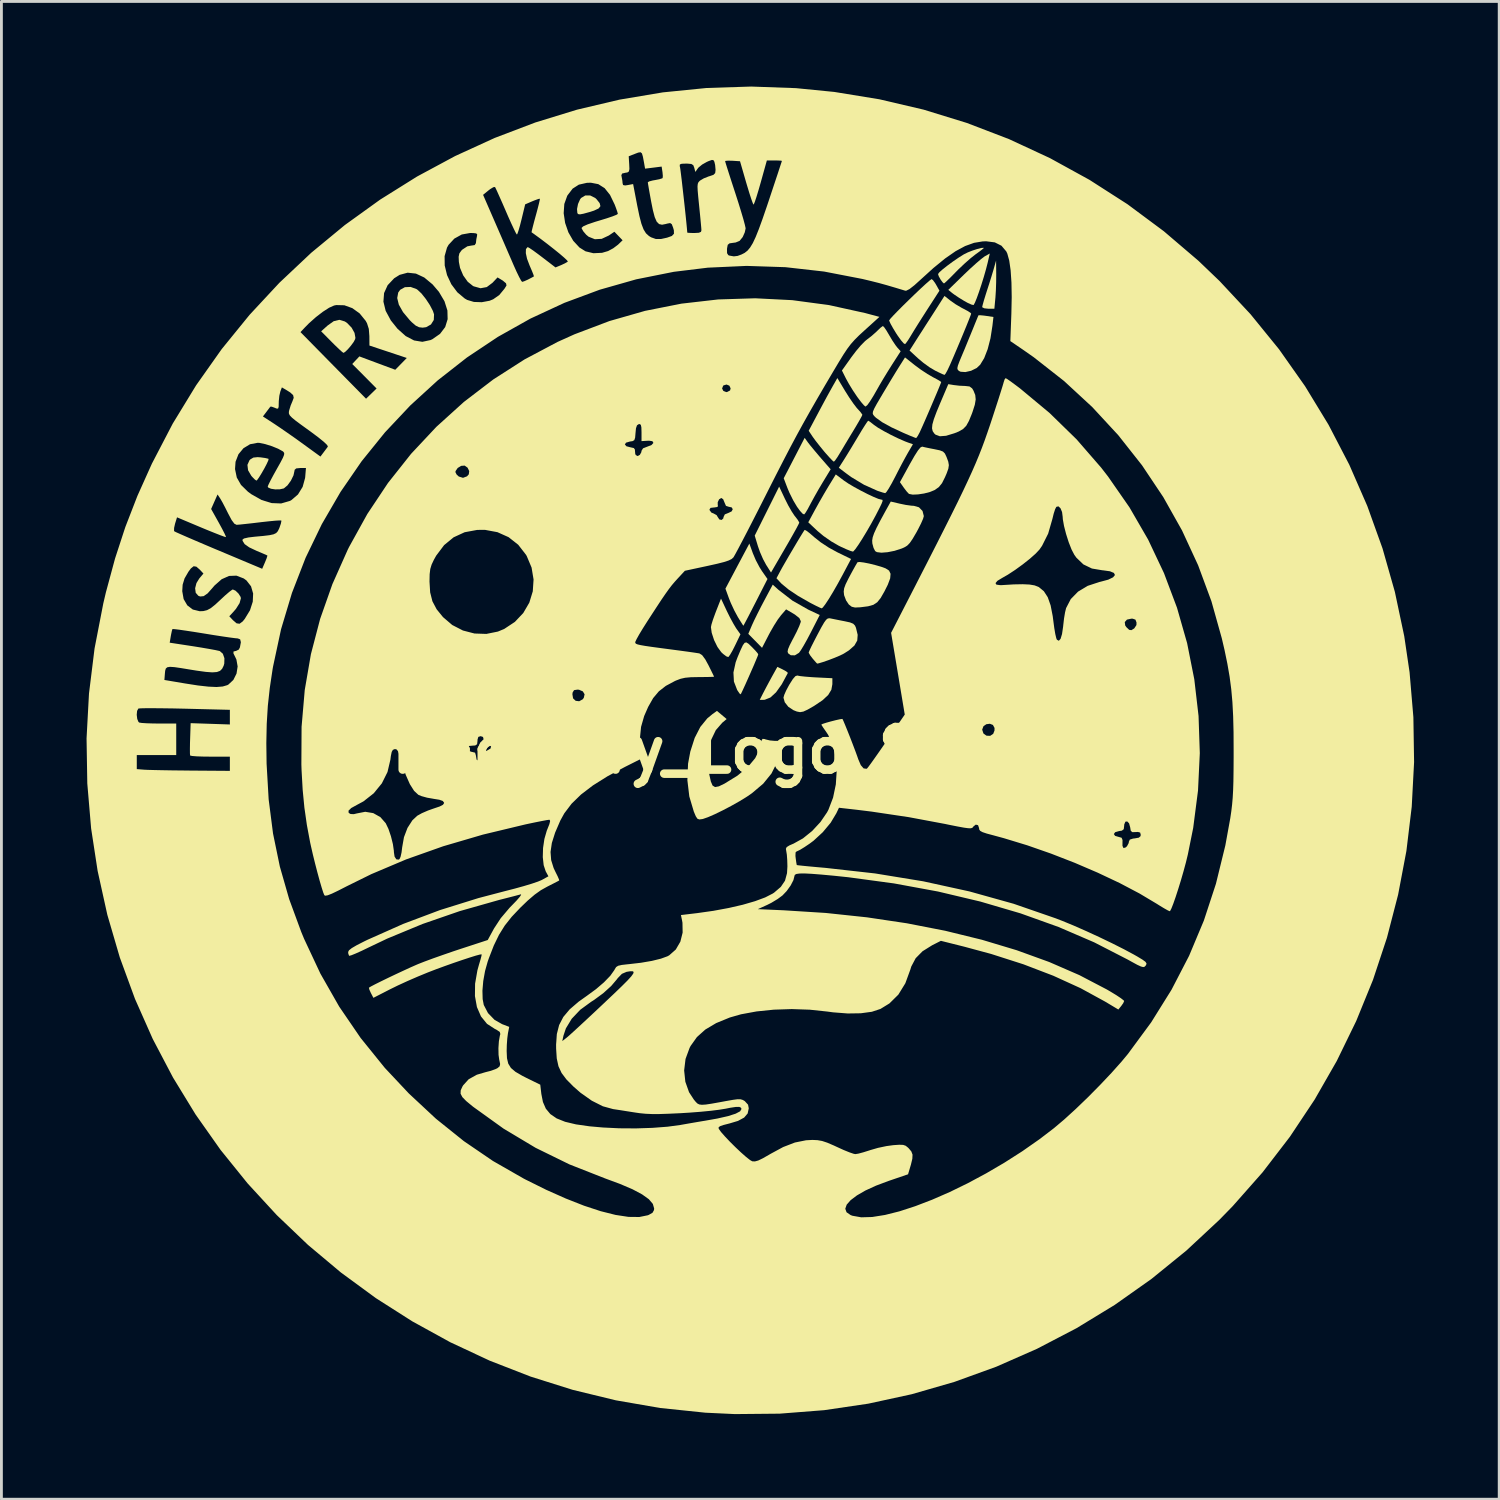
<source format=kicad_pcb>
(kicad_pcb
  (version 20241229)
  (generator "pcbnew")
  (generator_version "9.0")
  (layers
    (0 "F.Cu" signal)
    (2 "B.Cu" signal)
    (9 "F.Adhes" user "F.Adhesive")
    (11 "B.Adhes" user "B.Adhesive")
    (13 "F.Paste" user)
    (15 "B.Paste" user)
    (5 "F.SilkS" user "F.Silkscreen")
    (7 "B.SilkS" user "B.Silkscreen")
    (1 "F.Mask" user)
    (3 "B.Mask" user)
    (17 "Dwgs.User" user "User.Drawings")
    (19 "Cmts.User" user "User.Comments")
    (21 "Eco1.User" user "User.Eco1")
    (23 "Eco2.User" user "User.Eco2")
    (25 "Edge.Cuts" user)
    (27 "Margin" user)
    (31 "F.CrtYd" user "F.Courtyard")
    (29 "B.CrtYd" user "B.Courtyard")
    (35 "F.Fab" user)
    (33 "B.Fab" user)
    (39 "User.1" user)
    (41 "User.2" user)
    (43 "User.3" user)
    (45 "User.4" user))
  (footprint "Rocketry_Logo_Symbol"
    (layer "F.Cu")
    (at 23.391 23.391)
    (property "Reference" "Rocketry_Logo_Symbol" (at 0 0 0) (layer "F.SilkS") (effects (font (size 1.5 1.5) (thickness 0.3))))
    (attr board_only exclude_from_pos_files exclude_from_bom)
    (fp_poly (pts (xy 1.144 -2.849) (xy 1.263 -2.783) (xy 1.32 -2.734) (xy 1.321 -2.726) (xy 1.109 -2.331) (xy 0.905 -2.044) (xy 0.706 -1.862) (xy 0.509 -1.783) (xy 0.451 -1.779) (xy 0.331 -1.779) (xy 0.45 -2.015) (xy 0.542 -2.191) (xy 0.66 -2.412) (xy 0.76 -2.596) (xy 0.952 -2.941)) (stroke (width 0) (type solid)) (fill yes) (layer "F.SilkS"))
    (fp_poly (pts (xy -5.642 -19.552) (xy -5.469 -19.466) (xy -5.416 -19.417) (xy -5.309 -19.28) (xy -5.283 -19.176) (xy -5.349 -19.094) (xy -5.512 -19.018) (xy -5.673 -18.967) (xy -5.88 -18.91) (xy -6.004 -18.887) (xy -6.069 -18.897) (xy -6.096 -18.932) (xy -6.108 -19.075) (xy -6.072 -19.254) (xy -6 -19.416) (xy -5.966 -19.463) (xy -5.818 -19.552)) (stroke (width 0) (type solid)) (fill yes) (layer "F.SilkS"))
    (fp_poly (pts (xy -14.289 -15.113) (xy -14.207 -15.057) (xy -14.05 -14.894) (xy -13.948 -14.71) (xy -13.917 -14.538) (xy -13.926 -14.49) (xy -13.978 -14.391) (xy -14.073 -14.262) (xy -14.183 -14.133) (xy -14.282 -14.038) (xy -14.338 -14.006) (xy -14.389 -14.043) (xy -14.498 -14.142) (xy -14.648 -14.287) (xy -14.747 -14.386) (xy -15.124 -14.766) (xy -14.898 -14.969) (xy -14.681 -15.123) (xy -14.482 -15.171)) (stroke (width 0) (type solid)) (fill yes) (layer "F.SilkS"))
    (fp_poly (pts (xy 8.664 -16.785) (xy 8.662 -16.503) (xy 8.652 -16.205) (xy 8.636 -15.953) (xy 8.634 -15.938) (xy 8.599 -15.562) (xy 8.385 -15.562) (xy 8.248 -15.576) (xy 8.175 -15.611) (xy 8.17 -15.623) (xy 8.187 -15.699) (xy 8.23 -15.854) (xy 8.294 -16.062) (xy 8.336 -16.193) (xy 8.42 -16.453) (xy 8.5 -16.71) (xy 8.563 -16.92) (xy 8.58 -16.98) (xy 8.659 -17.258)) (stroke (width 0) (type solid)) (fill yes) (layer "F.SilkS"))
    (fp_poly (pts (xy -17.256 -10.324) (xy -17.099 -10.302) (xy -16.995 -10.278) (xy -16.976 -10.269) (xy -16.988 -10.212) (xy -17.044 -10.091) (xy -17.127 -9.932) (xy -17.222 -9.766) (xy -17.311 -9.621) (xy -17.379 -9.526) (xy -17.405 -9.505) (xy -17.461 -9.543) (xy -17.555 -9.639) (xy -17.586 -9.675) (xy -17.7 -9.87) (xy -17.722 -10.06) (xy -17.65 -10.222) (xy -17.62 -10.253) (xy -17.512 -10.317) (xy -17.362 -10.332)) (stroke (width 0) (type solid)) (fill yes) (layer "F.SilkS"))
    (fp_poly (pts (xy 0.09 -6.942) (xy 0.192 -6.702) (xy 0.323 -6.454) (xy 0.409 -6.317) (xy 0.604 -6.038) (xy 0.184 -5.214) (xy 0.044 -4.941) (xy -0.077 -4.706) (xy -0.172 -4.526) (xy -0.23 -4.417) (xy -0.245 -4.391) (xy -0.276 -4.434) (xy -0.348 -4.548) (xy -0.44 -4.697) (xy -0.565 -4.928) (xy -0.688 -5.192) (xy -0.752 -5.351) (xy -0.878 -5.698) (xy -0.457 -6.493) (xy -0.035 -7.287)) (stroke (width 0) (type solid)) (fill yes) (layer "F.SilkS"))
    (fp_poly (pts (xy 1.221 -8.857) (xy 1.335 -8.631) (xy 1.454 -8.423) (xy 1.555 -8.27) (xy 1.575 -8.246) (xy 1.668 -8.125) (xy 1.719 -8.038) (xy 1.723 -8.023) (xy 1.696 -7.962) (xy 1.622 -7.821) (xy 1.509 -7.617) (xy 1.367 -7.367) (xy 1.225 -7.122) (xy 0.728 -6.267) (xy 0.556 -6.538) (xy 0.447 -6.74) (xy 0.339 -6.989) (xy 0.269 -7.188) (xy 0.154 -7.567) (xy 0.584 -8.43) (xy 1.015 -9.294)) (stroke (width 0) (type solid)) (fill yes) (layer "F.SilkS"))
    (fp_poly (pts (xy -11.768 -16.256) (xy -11.73 -16.231) (xy -11.589 -16.099) (xy -11.435 -15.905) (xy -11.292 -15.688) (xy -11.186 -15.484) (xy -11.146 -15.364) (xy -11.155 -15.166) (xy -11.254 -15.008) (xy -11.423 -14.912) (xy -11.547 -14.895) (xy -11.675 -14.91) (xy -11.79 -14.966) (xy -11.926 -15.082) (xy -12.003 -15.16) (xy -12.239 -15.443) (xy -12.387 -15.705) (xy -12.444 -15.938) (xy -12.408 -16.134) (xy -12.339 -16.229) (xy -12.174 -16.321) (xy -11.972 -16.33)) (stroke (width 0) (type solid)) (fill yes) (layer "F.SilkS"))
    (fp_poly (pts (xy -0.829 -4.91) (xy -0.716 -4.682) (xy -0.6 -4.468) (xy -0.504 -4.307) (xy -0.486 -4.281) (xy -0.349 -4.089) (xy -0.537 -3.698) (xy -0.632 -3.51) (xy -0.716 -3.366) (xy -0.772 -3.292) (xy -0.779 -3.288) (xy -0.848 -3.313) (xy -0.96 -3.398) (xy -1.024 -3.458) (xy -1.158 -3.641) (xy -1.278 -3.885) (xy -1.362 -4.142) (xy -1.389 -4.342) (xy -1.37 -4.436) (xy -1.318 -4.603) (xy -1.243 -4.811) (xy -1.212 -4.893) (xy -1.034 -5.347)) (stroke (width 0) (type solid)) (fill yes) (layer "F.SilkS"))
    (fp_poly (pts (xy 2.026 -10.855) (xy 2.113 -10.743) (xy 2.25 -10.577) (xy 2.412 -10.385) (xy 2.484 -10.301) (xy 2.83 -9.904) (xy 2.548 -9.44) (xy 2.402 -9.194) (xy 2.258 -8.94) (xy 2.139 -8.722) (xy 2.107 -8.661) (xy 2.016 -8.491) (xy 1.939 -8.365) (xy 1.896 -8.313) (xy 1.842 -8.339) (xy 1.75 -8.439) (xy 1.643 -8.586) (xy 1.508 -8.814) (xy 1.377 -9.078) (xy 1.309 -9.239) (xy 1.176 -9.588) (xy 1.545 -10.3) (xy 1.914 -11.012)) (stroke (width 0) (type solid)) (fill yes) (layer "F.SilkS"))
    (fp_poly (pts (xy 8.362 -17.18) (xy 8.301 -16.943) (xy 8.225 -16.678) (xy 8.141 -16.407) (xy 8.056 -16.152) (xy 7.978 -15.934) (xy 7.913 -15.775) (xy 7.869 -15.696) (xy 7.863 -15.692) (xy 7.789 -15.709) (xy 7.655 -15.77) (xy 7.531 -15.839) (xy 7.349 -15.951) (xy 7.186 -16.061) (xy 7.114 -16.114) (xy 6.975 -16.226) (xy 7.533 -16.77) (xy 7.751 -16.977) (xy 7.957 -17.163) (xy 8.129 -17.31) (xy 8.247 -17.4) (xy 8.265 -17.411) (xy 8.438 -17.508)) (stroke (width 0) (type solid)) (fill yes) (layer "F.SilkS"))
    (fp_poly (pts (xy -0.067 -3.758) (xy 0.034 -3.662) (xy 0.053 -3.643) (xy 0.176 -3.516) (xy 0.258 -3.419) (xy 0.278 -3.382) (xy 0.257 -3.319) (xy 0.199 -3.179) (xy 0.117 -2.984) (xy 0.018 -2.759) (xy -0.085 -2.525) (xy -0.183 -2.306) (xy -0.266 -2.126) (xy -0.322 -2.008) (xy -0.342 -1.974) (xy -0.38 -2.002) (xy -0.447 -2.1) (xy -0.465 -2.13) (xy -0.579 -2.423) (xy -0.596 -2.744) (xy -0.517 -3.105) (xy -0.451 -3.281) (xy -0.342 -3.539) (xy -0.264 -3.704) (xy -0.202 -3.789) (xy -0.141 -3.804)) (stroke (width 0) (type solid)) (fill yes) (layer "F.SilkS"))
    (fp_poly (pts (xy 1.666 -2.634) (xy 1.755 -2.617) (xy 1.927 -2.598) (xy 2.154 -2.58) (xy 2.32 -2.57) (xy 2.89 -2.542) (xy 2.89 -2.331) (xy 2.855 -2.136) (xy 2.743 -1.951) (xy 2.544 -1.766) (xy 2.248 -1.567) (xy 2.228 -1.555) (xy 2.016 -1.434) (xy 1.868 -1.366) (xy 1.752 -1.346) (xy 1.638 -1.368) (xy 1.522 -1.414) (xy 1.34 -1.533) (xy 1.213 -1.694) (xy 1.167 -1.855) (xy 1.194 -1.955) (xy 1.265 -2.115) (xy 1.366 -2.303) (xy 1.374 -2.317) (xy 1.497 -2.511) (xy 1.587 -2.614) (xy 1.655 -2.638)) (stroke (width 0) (type solid)) (fill yes) (layer "F.SilkS"))
    (fp_poly (pts (xy 7.17 -12.872) (xy 7.369 -12.849) (xy 7.571 -12.84) (xy 7.723 -12.823) (xy 7.815 -12.755) (xy 7.863 -12.675) (xy 7.925 -12.522) (xy 7.941 -12.366) (xy 7.91 -12.178) (xy 7.83 -11.928) (xy 7.805 -11.859) (xy 7.703 -11.609) (xy 7.609 -11.439) (xy 7.497 -11.324) (xy 7.345 -11.236) (xy 7.188 -11.173) (xy 6.897 -11.085) (xy 6.679 -11.068) (xy 6.526 -11.124) (xy 6.484 -11.162) (xy 6.426 -11.246) (xy 6.402 -11.347) (xy 6.414 -11.483) (xy 6.466 -11.669) (xy 6.561 -11.924) (xy 6.683 -12.218) (xy 6.975 -12.904)) (stroke (width 0) (type solid)) (fill yes) (layer "F.SilkS"))
    (fp_poly (pts (xy 8.224 -15.321) (xy 8.307 -15.31) (xy 8.566 -15.271) (xy 8.53 -14.958) (xy 8.462 -14.522) (xy 8.363 -14.137) (xy 8.24 -13.821) (xy 8.098 -13.588) (xy 7.976 -13.473) (xy 7.779 -13.376) (xy 7.578 -13.33) (xy 7.411 -13.341) (xy 7.353 -13.368) (xy 7.309 -13.41) (xy 7.294 -13.465) (xy 7.313 -13.557) (xy 7.37 -13.71) (xy 7.439 -13.876) (xy 7.55 -14.139) (xy 7.677 -14.449) (xy 7.799 -14.747) (xy 7.826 -14.812) (xy 7.913 -15.027) (xy 7.984 -15.2) (xy 8.028 -15.307) (xy 8.038 -15.33) (xy 8.094 -15.333)) (stroke (width 0) (type solid)) (fill yes) (layer "F.SilkS"))
    (fp_poly (pts (xy 8.226 -17.701) (xy 8.184 -17.663) (xy 8.076 -17.579) (xy 7.934 -17.477) (xy 7.763 -17.342) (xy 7.552 -17.156) (xy 7.336 -16.952) (xy 7.246 -16.861) (xy 7.078 -16.69) (xy 6.94 -16.555) (xy 6.849 -16.471) (xy 6.822 -16.452) (xy 6.775 -16.493) (xy 6.704 -16.589) (xy 6.639 -16.706) (xy 6.614 -16.783) (xy 6.657 -16.842) (xy 6.772 -16.946) (xy 6.938 -17.077) (xy 7.133 -17.221) (xy 7.337 -17.361) (xy 7.528 -17.481) (xy 7.531 -17.482) (xy 7.663 -17.547) (xy 7.828 -17.612) (xy 7.996 -17.667) (xy 8.136 -17.703) (xy 8.217 -17.709)) (stroke (width 0) (type solid)) (fill yes) (layer "F.SilkS"))
    (fp_poly (pts (xy 5.267 -8.692) (xy 5.476 -8.649) (xy 5.671 -8.622) (xy 5.763 -8.616) (xy 5.941 -8.565) (xy 6.067 -8.435) (xy 6.113 -8.255) (xy 6.086 -8.159) (xy 6.015 -7.996) (xy 5.912 -7.792) (xy 5.849 -7.676) (xy 5.719 -7.454) (xy 5.618 -7.307) (xy 5.526 -7.213) (xy 5.421 -7.15) (xy 5.333 -7.112) (xy 5.082 -7.031) (xy 4.834 -6.982) (xy 4.618 -6.965) (xy 4.46 -6.985) (xy 4.399 -7.021) (xy 4.342 -7.132) (xy 4.3 -7.287) (xy 4.299 -7.294) (xy 4.293 -7.394) (xy 4.311 -7.507) (xy 4.36 -7.65) (xy 4.446 -7.839) (xy 4.576 -8.091) (xy 4.756 -8.421) (xy 4.759 -8.427) (xy 4.948 -8.767)) (stroke (width 0) (type solid)) (fill yes) (layer "F.SilkS"))
    (fp_poly (pts (xy 6.057 -10.702) (xy 6.154 -10.679) (xy 6.321 -10.644) (xy 6.486 -10.612) (xy 6.676 -10.572) (xy 6.789 -10.528) (xy 6.857 -10.458) (xy 6.911 -10.343) (xy 6.916 -10.33) (xy 6.974 -10.174) (xy 6.995 -10.051) (xy 6.977 -9.926) (xy 6.917 -9.759) (xy 6.86 -9.627) (xy 6.754 -9.415) (xy 6.64 -9.275) (xy 6.495 -9.173) (xy 6.33 -9.105) (xy 6.122 -9.051) (xy 5.907 -9.019) (xy 5.72 -9.011) (xy 5.596 -9.035) (xy 5.583 -9.043) (xy 5.515 -9.115) (xy 5.421 -9.237) (xy 5.398 -9.269) (xy 5.271 -9.451) (xy 5.621 -10.089) (xy 5.784 -10.375) (xy 5.907 -10.568) (xy 5.995 -10.674) (xy 6.054 -10.703)) (stroke (width 0) (type solid)) (fill yes) (layer "F.SilkS"))
    (fp_poly (pts (xy 6.434 -16.571) (xy 6.51 -16.467) (xy 6.545 -16.409) (xy 6.663 -16.197) (xy 6.234 -15.533) (xy 6.064 -15.267) (xy 5.901 -15.01) (xy 5.763 -14.788) (xy 5.666 -14.628) (xy 5.653 -14.606) (xy 5.559 -14.455) (xy 5.482 -14.347) (xy 5.451 -14.315) (xy 5.401 -14.344) (xy 5.31 -14.449) (xy 5.195 -14.609) (xy 5.146 -14.683) (xy 5.03 -14.873) (xy 4.941 -15.032) (xy 4.895 -15.134) (xy 4.891 -15.151) (xy 4.929 -15.204) (xy 5.033 -15.318) (xy 5.188 -15.478) (xy 5.377 -15.668) (xy 5.586 -15.873) (xy 5.799 -16.079) (xy 6 -16.27) (xy 6.175 -16.431) (xy 6.307 -16.547) (xy 6.381 -16.603) (xy 6.385 -16.606)) (stroke (width 0) (type solid)) (fill yes) (layer "F.SilkS"))
    (fp_poly (pts (xy 3.993 -6.62) (xy 4.189 -6.582) (xy 4.403 -6.529) (xy 4.609 -6.47) (xy 4.766 -6.413) (xy 4.887 -6.335) (xy 4.941 -6.222) (xy 4.927 -6.06) (xy 4.843 -5.836) (xy 4.721 -5.593) (xy 4.591 -5.367) (xy 4.472 -5.219) (xy 4.334 -5.128) (xy 4.147 -5.076) (xy 3.88 -5.042) (xy 3.868 -5.041) (xy 3.689 -5.033) (xy 3.573 -5.06) (xy 3.475 -5.135) (xy 3.469 -5.141) (xy 3.373 -5.283) (xy 3.306 -5.46) (xy 3.302 -5.479) (xy 3.29 -5.595) (xy 3.305 -5.71) (xy 3.357 -5.852) (xy 3.455 -6.05) (xy 3.501 -6.138) (xy 3.611 -6.341) (xy 3.703 -6.506) (xy 3.764 -6.609) (xy 3.777 -6.629) (xy 3.847 -6.638)) (stroke (width 0) (type solid)) (fill yes) (layer "F.SilkS"))
    (fp_poly (pts (xy 1.964 -7.747) (xy 2.074 -7.665) (xy 2.221 -7.54) (xy 2.255 -7.509) (xy 2.481 -7.33) (xy 2.764 -7.144) (xy 3.058 -6.983) (xy 3.548 -6.744) (xy 3.256 -6.193) (xy 3.082 -5.874) (xy 2.916 -5.584) (xy 2.767 -5.338) (xy 2.643 -5.15) (xy 2.554 -5.034) (xy 2.513 -5.004) (xy 2.449 -5.029) (xy 2.313 -5.094) (xy 2.132 -5.187) (xy 2.084 -5.213) (xy 1.679 -5.445) (xy 1.346 -5.668) (xy 1.101 -5.871) (xy 1.058 -5.916) (xy 0.92 -6.064) (xy 1.052 -6.312) (xy 1.127 -6.449) (xy 1.237 -6.64) (xy 1.367 -6.865) (xy 1.507 -7.102) (xy 1.643 -7.332) (xy 1.763 -7.532) (xy 1.856 -7.682) (xy 1.908 -7.762) (xy 1.913 -7.768)) (stroke (width 0) (type solid)) (fill yes) (layer "F.SilkS"))
    (fp_poly (pts (xy 3.301 -9.504) (xy 3.454 -9.401) (xy 3.66 -9.279) (xy 3.894 -9.152) (xy 4.131 -9.031) (xy 4.346 -8.93) (xy 4.514 -8.861) (xy 4.607 -8.837) (xy 4.654 -8.828) (xy 4.661 -8.787) (xy 4.624 -8.69) (xy 4.553 -8.543) (xy 4.412 -8.269) (xy 4.257 -7.985) (xy 4.097 -7.708) (xy 3.944 -7.455) (xy 3.808 -7.243) (xy 3.699 -7.089) (xy 3.628 -7.01) (xy 3.613 -7.004) (xy 3.527 -7.028) (xy 3.371 -7.091) (xy 3.176 -7.181) (xy 3.113 -7.212) (xy 2.85 -7.364) (xy 2.576 -7.555) (xy 2.369 -7.728) (xy 2.041 -8.036) (xy 2.28 -8.478) (xy 2.428 -8.745) (xy 2.596 -9.038) (xy 2.75 -9.298) (xy 2.765 -9.322) (xy 3.011 -9.723)) (stroke (width 0) (type solid)) (fill yes) (layer "F.SilkS"))
    (fp_poly (pts (xy 3.342 -12.659) (xy 3.483 -12.436) (xy 3.624 -12.23) (xy 3.743 -12.074) (xy 3.782 -12.03) (xy 3.884 -11.917) (xy 3.941 -11.837) (xy 3.946 -11.823) (xy 3.919 -11.762) (xy 3.845 -11.628) (xy 3.738 -11.444) (xy 3.65 -11.297) (xy 3.498 -11.047) (xy 3.343 -10.789) (xy 3.211 -10.567) (xy 3.165 -10.491) (xy 3.066 -10.329) (xy 2.985 -10.214) (xy 2.943 -10.171) (xy 2.893 -10.211) (xy 2.792 -10.316) (xy 2.658 -10.466) (xy 2.613 -10.518) (xy 2.454 -10.712) (xy 2.305 -10.901) (xy 2.197 -11.049) (xy 2.188 -11.063) (xy 2.056 -11.261) (xy 2.394 -11.897) (xy 2.54 -12.17) (xy 2.684 -12.438) (xy 2.811 -12.668) (xy 2.899 -12.826) (xy 3.066 -13.119)) (stroke (width 0) (type solid)) (fill yes) (layer "F.SilkS"))
    (fp_poly (pts (xy 2.828 -4.648) (xy 2.961 -4.621) (xy 3.155 -4.582) (xy 3.319 -4.55) (xy 3.512 -4.508) (xy 3.625 -4.462) (xy 3.688 -4.396) (xy 3.722 -4.318) (xy 3.782 -4.071) (xy 3.767 -3.869) (xy 3.666 -3.692) (xy 3.472 -3.522) (xy 3.294 -3.409) (xy 3.162 -3.343) (xy 2.973 -3.263) (xy 2.762 -3.182) (xy 2.563 -3.113) (xy 2.41 -3.067) (xy 2.353 -3.057) (xy 2.316 -3.095) (xy 2.233 -3.19) (xy 2.2 -3.228) (xy 2.109 -3.347) (xy 2.059 -3.434) (xy 2.056 -3.447) (xy 2.081 -3.512) (xy 2.148 -3.655) (xy 2.248 -3.853) (xy 2.369 -4.086) (xy 2.37 -4.087) (xy 2.503 -4.337) (xy 2.599 -4.503) (xy 2.67 -4.601) (xy 2.728 -4.646) (xy 2.787 -4.655)) (stroke (width 0) (type solid)) (fill yes) (layer "F.SilkS"))
    (fp_poly (pts (xy 4.208 -11.584) (xy 4.314 -11.502) (xy 4.355 -11.469) (xy 4.494 -11.372) (xy 4.705 -11.249) (xy 4.955 -11.116) (xy 5.215 -10.99) (xy 5.451 -10.887) (xy 5.559 -10.846) (xy 5.729 -10.787) (xy 5.557 -10.493) (xy 5.459 -10.318) (xy 5.33 -10.079) (xy 5.191 -9.812) (xy 5.098 -9.629) (xy 4.979 -9.404) (xy 4.874 -9.222) (xy 4.794 -9.102) (xy 4.753 -9.063) (xy 4.669 -9.084) (xy 4.527 -9.13) (xy 4.474 -9.148) (xy 4.007 -9.358) (xy 3.552 -9.632) (xy 3.407 -9.737) (xy 3.118 -9.958) (xy 3.301 -10.245) (xy 3.408 -10.417) (xy 3.549 -10.648) (xy 3.704 -10.906) (xy 3.805 -11.074) (xy 3.934 -11.29) (xy 4.044 -11.464) (xy 4.121 -11.579) (xy 4.153 -11.616)) (stroke (width 0) (type solid)) (fill yes) (layer "F.SilkS"))
    (fp_poly (pts (xy 7.048 -15.849) (xy 7.23 -15.721) (xy 7.443 -15.596) (xy 7.518 -15.557) (xy 7.666 -15.478) (xy 7.761 -15.415) (xy 7.781 -15.39) (xy 7.761 -15.328) (xy 7.704 -15.181) (xy 7.62 -14.971) (xy 7.515 -14.715) (xy 7.398 -14.434) (xy 7.276 -14.144) (xy 7.158 -13.867) (xy 7.051 -13.62) (xy 7.031 -13.575) (xy 6.95 -13.402) (xy 6.882 -13.278) (xy 6.843 -13.23) (xy 6.843 -13.23) (xy 6.778 -13.254) (xy 6.647 -13.315) (xy 6.514 -13.38) (xy 6.316 -13.497) (xy 6.094 -13.658) (xy 5.915 -13.808) (xy 5.61 -14.089) (xy 5.787 -14.367) (xy 5.91 -14.561) (xy 6.061 -14.795) (xy 6.196 -15.007) (xy 6.348 -15.242) (xy 6.511 -15.496) (xy 6.635 -15.69) (xy 6.841 -16.013)) (stroke (width 0) (type solid)) (fill yes) (layer "F.SilkS"))
    (fp_poly (pts (xy 4.719 -14.906) (xy 4.799 -14.789) (xy 4.892 -14.631) (xy 5.004 -14.443) (xy 5.114 -14.278) (xy 5.184 -14.188) (xy 5.297 -14.064) (xy 5.001 -13.604) (xy 4.843 -13.352) (xy 4.679 -13.084) (xy 4.539 -12.846) (xy 4.504 -12.783) (xy 4.336 -12.489) (xy 4.21 -12.287) (xy 4.122 -12.166) (xy 4.063 -12.118) (xy 4.054 -12.116) (xy 4.002 -12.159) (xy 3.906 -12.27) (xy 3.786 -12.429) (xy 3.761 -12.464) (xy 3.614 -12.683) (xy 3.472 -12.915) (xy 3.371 -13.098) (xy 3.227 -13.385) (xy 3.563 -13.858) (xy 3.728 -14.075) (xy 3.896 -14.273) (xy 4.043 -14.422) (xy 4.108 -14.475) (xy 4.281 -14.609) (xy 4.446 -14.756) (xy 4.475 -14.785) (xy 4.583 -14.889) (xy 4.661 -14.947) (xy 4.674 -14.951)) (stroke (width 0) (type solid)) (fill yes) (layer "F.SilkS"))
    (fp_poly (pts (xy 0.994 -5.654) (xy 1.483 -5.276) (xy 2.041 -4.959) (xy 2.085 -4.938) (xy 2.445 -4.77) (xy 2.13 -4.154) (xy 2 -3.907) (xy 1.878 -3.69) (xy 1.778 -3.525) (xy 1.714 -3.437) (xy 1.713 -3.436) (xy 1.568 -3.348) (xy 1.423 -3.352) (xy 1.335 -3.416) (xy 1.312 -3.473) (xy 1.327 -3.562) (xy 1.385 -3.701) (xy 1.493 -3.912) (xy 1.523 -3.967) (xy 1.634 -4.183) (xy 1.721 -4.373) (xy 1.771 -4.509) (xy 1.779 -4.55) (xy 1.727 -4.66) (xy 1.571 -4.784) (xy 1.519 -4.816) (xy 1.26 -4.968) (xy 1.077 -4.756) (xy 0.967 -4.609) (xy 0.833 -4.398) (xy 0.698 -4.163) (xy 0.653 -4.079) (xy 0.412 -3.613) (xy 0.17 -3.86) (xy -0.072 -4.106) (xy 0.053 -4.401) (xy 0.132 -4.574) (xy 0.248 -4.81) (xy 0.382 -5.074) (xy 0.484 -5.268) (xy 0.789 -5.839)) (stroke (width 0) (type solid)) (fill yes) (layer "F.SilkS"))
    (fp_poly (pts (xy 5.796 -13.572) (xy 6.01 -13.414) (xy 6.239 -13.263) (xy 6.433 -13.151) (xy 6.589 -13.068) (xy 6.695 -13.004) (xy 6.725 -12.978) (xy 6.704 -12.919) (xy 6.648 -12.78) (xy 6.564 -12.579) (xy 6.461 -12.337) (xy 6.349 -12.074) (xy 6.236 -11.812) (xy 6.131 -11.57) (xy 6.041 -11.368) (xy 5.977 -11.227) (xy 5.971 -11.213) (xy 5.902 -11.084) (xy 5.85 -11.011) (xy 5.839 -11.005) (xy 5.777 -11.027) (xy 5.64 -11.082) (xy 5.452 -11.162) (xy 5.381 -11.193) (xy 4.966 -11.386) (xy 4.647 -11.562) (xy 4.429 -11.718) (xy 4.369 -11.776) (xy 4.33 -11.825) (xy 4.312 -11.875) (xy 4.323 -11.944) (xy 4.368 -12.049) (xy 4.454 -12.207) (xy 4.588 -12.435) (xy 4.67 -12.574) (xy 4.835 -12.85) (xy 4.998 -13.121) (xy 5.142 -13.357) (xy 5.25 -13.53) (xy 5.263 -13.551) (xy 5.45 -13.846)) (stroke (width 0) (type solid)) (fill yes) (layer "F.SilkS"))
    (fp_poly (pts (xy -1.006 -1.247) (xy -0.835 -1.103) (xy -0.99 -0.973) (xy -1.217 -0.712) (xy -1.379 -0.375) (xy -1.472 0.02) (xy -1.492 0.456) (xy -1.446 0.855) (xy -1.392 1.098) (xy -1.331 1.241) (xy -1.243 1.294) (xy -1.111 1.269) (xy -0.916 1.175) (xy -0.906 1.17) (xy -0.451 0.889) (xy -0.09 0.589) (xy 0.171 0.275) (xy 0.329 -0.049) (xy 0.366 -0.205) (xy 0.393 -0.348) (xy 0.431 -0.405) (xy 0.5 -0.399) (xy 0.538 -0.385) (xy 0.69 -0.349) (xy 0.869 -0.333) (xy 0.872 -0.333) (xy 1.07 -0.333) (xy 1.032 0.009) (xy 0.936 0.431) (xy 0.744 0.817) (xy 0.453 1.175) (xy 0.058 1.509) (xy -0.111 1.626) (xy -0.373 1.788) (xy -0.666 1.953) (xy -0.966 2.111) (xy -1.249 2.249) (xy -1.492 2.355) (xy -1.67 2.417) (xy -1.701 2.423) (xy -1.8 2.435) (xy -1.866 2.409) (xy -1.923 2.322) (xy -1.992 2.159) (xy -2.151 1.624) (xy -2.219 1.051) (xy -2.195 0.468) (xy -2.115 0.041) (xy -1.961 -0.439) (xy -1.763 -0.825) (xy -1.517 -1.127) (xy -1.334 -1.278) (xy -1.177 -1.39)) (stroke (width 0) (type solid)) (fill yes) (layer "F.SilkS"))
    (fp_poly (pts (xy 1.608 -23.335) (xy 2.961 -23.201) (xy 4.549 -22.942) (xy 6.107 -22.577) (xy 7.631 -22.108) (xy 9.117 -21.538) (xy 10.558 -20.869) (xy 11.951 -20.103) (xy 13.29 -19.244) (xy 14.571 -18.292) (xy 15.789 -17.252) (xy 16.536 -16.536) (xy 17.626 -15.368) (xy 18.631 -14.132) (xy 19.547 -12.832) (xy 20.373 -11.475) (xy 21.105 -10.066) (xy 21.74 -8.611) (xy 22.277 -7.115) (xy 22.712 -5.584) (xy 23.042 -4.024) (xy 23.23 -2.751) (xy 23.364 -1.168) (xy 23.389 0.413) (xy 23.306 1.986) (xy 23.118 3.546) (xy 22.826 5.086) (xy 22.433 6.602) (xy 21.941 8.087) (xy 21.35 9.537) (xy 20.664 10.946) (xy 19.883 12.309) (xy 19.011 13.619) (xy 18.048 14.872) (xy 16.997 16.062) (xy 16.536 16.535) (xy 15.367 17.625) (xy 14.134 18.627) (xy 12.842 19.54) (xy 11.496 20.361) (xy 10.102 21.088) (xy 8.666 21.72) (xy 7.192 22.254) (xy 5.687 22.689) (xy 4.155 23.022) (xy 2.602 23.251) (xy 1.033 23.374) (xy -0.545 23.389) (xy -1.584 23.34) (xy -3.178 23.174) (xy -4.739 22.904) (xy -6.262 22.534) (xy -7.745 22.067) (xy -9.184 21.507) (xy -10.575 20.857) (xy -11.914 20.12) (xy -13.199 19.301) (xy -14.425 18.402) (xy -15.588 17.427) (xy -16.686 16.379) (xy -17.714 15.262) (xy -18.669 14.079) (xy -19.547 12.834) (xy -20.344 11.53) (xy -21.058 10.171) (xy -21.684 8.759) (xy -22.219 7.299) (xy -22.659 5.794) (xy -23.001 4.247) (xy -23.23 2.751) (xy -23.365 1.166) (xy -23.391 -0.419) (xy -23.346 -1.253) (xy -21.623 -1.253) (xy -21.605 -1.107) (xy -21.561 -1.001) (xy -21.533 -0.979) (xy -21.443 -0.965) (xy -21.27 -0.954) (xy -21.039 -0.947) (xy -20.838 -0.945) (xy -20.231 -0.945) (xy -20.231 -0.389) (xy -20.231 0.167) (xy -20.926 0.167) (xy -21.621 0.167) (xy -21.621 0.414) (xy -21.621 0.661) (xy -21.357 0.682) (xy -21.227 0.688) (xy -21.006 0.694) (xy -20.711 0.7) (xy -20.362 0.706) (xy -19.978 0.71) (xy -19.717 0.713) (xy -18.341 0.723) (xy -18.341 0.472) (xy -18.341 0.222) (xy -19.033 0.222) (xy -19.297 0.219) (xy -19.518 0.211) (xy -19.673 0.198) (xy -19.741 0.182) (xy -19.742 0.181) (xy -19.748 0.11) (xy -19.749 -0.045) (xy -19.746 -0.257) (xy -17.056 -0.257) (xy -17.047 0.467) (xy -16.974 1.728) (xy -16.82 2.93) (xy -16.58 4.094) (xy -16.251 5.243) (xy -15.826 6.398) (xy -15.725 6.642) (xy -15.15 7.869) (xy -14.487 9.032) (xy -13.732 10.136) (xy -12.881 11.189) (xy -12.036 12.089) (xy -11.08 12.98) (xy -10.096 13.77) (xy -9.07 14.47) (xy -7.989 15.089) (xy -7.934 15.118) (xy -7.197 15.484) (xy -6.503 15.793) (xy -5.86 16.046) (xy -5.274 16.239) (xy -4.749 16.371) (xy -4.294 16.44) (xy -3.913 16.444) (xy -3.613 16.383) (xy -3.583 16.371) (xy -3.448 16.295) (xy -3.395 16.2) (xy -3.39 16.143) (xy -3.436 15.983) (xy -3.576 15.818) (xy -3.813 15.648) (xy -4.15 15.468) (xy -4.592 15.279) (xy -5.119 15.084) (xy -6.373 14.591) (xy -7.565 14.007) (xy -8.692 13.333) (xy -9.754 12.57) (xy -9.793 12.54) (xy -10.013 12.358) (xy -10.149 12.218) (xy -10.211 12.099) (xy -10.207 11.982) (xy -10.146 11.847) (xy -10.121 11.805) (xy -9.926 11.59) (xy -9.637 11.43) (xy -9.338 11.342) (xy -9.143 11.292) (xy -8.978 11.232) (xy -8.911 11.199) (xy -8.835 11.134) (xy -8.817 11.054) (xy -8.846 10.914) (xy -8.848 10.909) (xy -8.873 10.729) (xy -8.877 10.494) (xy -8.861 10.251) (xy -8.826 10.05) (xy -8.81 9.997) (xy -8.831 9.921) (xy -8.957 9.838) (xy -9.001 9.818) (xy -9.28 9.637) (xy -9.492 9.376) (xy -9.635 9.046) (xy -9.705 8.658) (xy -9.7 8.223) (xy -9.618 7.752) (xy -9.564 7.557) (xy -9.51 7.376) (xy -9.475 7.243) (xy -9.468 7.188) (xy -9.528 7.195) (xy -9.675 7.234) (xy -9.889 7.301) (xy -10.154 7.388) (xy -10.45 7.489) (xy -10.76 7.599) (xy -11.066 7.711) (xy -11.349 7.82) (xy -11.384 7.834) (xy -11.719 7.972) (xy -12.081 8.129) (xy -12.425 8.287) (xy -12.704 8.424) (xy -13.283 8.721) (xy -13.371 8.552) (xy -13.425 8.433) (xy -13.441 8.366) (xy -13.439 8.363) (xy -13.373 8.322) (xy -13.226 8.245) (xy -13.017 8.141) (xy -12.769 8.02) (xy -12.5 7.892) (xy -12.23 7.766) (xy -11.981 7.651) (xy -11.772 7.559) (xy -11.7 7.528) (xy -11.475 7.44) (xy -11.175 7.329) (xy -10.829 7.207) (xy -10.468 7.082) (xy -10.227 7.002) (xy -9.254 6.684) (xy -9.032 6.276) (xy -8.795 5.914) (xy -8.483 5.546) (xy -8.394 5.455) (xy -8.236 5.291) (xy -8.126 5.164) (xy -8.076 5.088) (xy -8.088 5.074) (xy -8.183 5.099) (xy -8.36 5.146) (xy -8.595 5.206) (xy -8.862 5.274) (xy -8.865 5.275) (xy -10.237 5.664) (xy -11.553 6.119) (xy -12.796 6.634) (xy -13.449 6.945) (xy -13.695 7.064) (xy -13.904 7.158) (xy -14.057 7.22) (xy -14.135 7.241) (xy -14.14 7.24) (xy -14.168 7.162) (xy -14.173 7.105) (xy -14.143 7.046) (xy -14.046 6.969) (xy -13.872 6.867) (xy -13.609 6.733) (xy -13.492 6.676) (xy -12.233 6.116) (xy -10.938 5.629) (xy -9.585 5.207) (xy -8.657 4.963) (xy -8.31 4.874) (xy -7.985 4.784) (xy -7.703 4.699) (xy -7.485 4.625) (xy -7.354 4.57) (xy -7.351 4.569) (xy -7.116 4.438) (xy -7.212 4.261) (xy -7.283 4.046) (xy -7.314 3.762) (xy -7.305 3.442) (xy -7.257 3.12) (xy -7.173 2.829) (xy -7.158 2.793) (xy -7.082 2.601) (xy -7.055 2.491) (xy -7.074 2.448) (xy -7.088 2.446) (xy -7.169 2.457) (xy -7.335 2.488) (xy -7.567 2.534) (xy -7.84 2.591) (xy -7.932 2.611) (xy -9.423 2.969) (xy -10.821 3.379) (xy -12.13 3.843) (xy -13.356 4.362) (xy -14.222 4.789) (xy -14.525 4.944) (xy -14.744 5.049) (xy -14.891 5.107) (xy -14.977 5.122) (xy -15.011 5.106) (xy -15.05 5.011) (xy -15.108 4.829) (xy -15.18 4.583) (xy -15.259 4.292) (xy -15.34 3.979) (xy -15.417 3.666) (xy -15.484 3.373) (xy -15.511 3.251) (xy -15.627 2.632) (xy -15.699 2.127) (xy -14.161 2.127) (xy -14.154 2.204) (xy -14.089 2.243) (xy -13.976 2.249) (xy -13.863 2.222) (xy -13.571 2.165) (xy -13.288 2.212) (xy -13.037 2.353) (xy -12.849 2.568) (xy -12.753 2.768) (xy -12.664 3.03) (xy -12.596 3.305) (xy -12.562 3.542) (xy -12.561 3.585) (xy -12.537 3.744) (xy -12.476 3.84) (xy -12.394 3.851) (xy -12.364 3.833) (xy -12.326 3.752) (xy -12.291 3.596) (xy -12.269 3.417) (xy -12.206 3.06) (xy -12.082 2.734) (xy -11.91 2.466) (xy -11.737 2.304) (xy -11.575 2.214) (xy -11.356 2.119) (xy -11.155 2.048) (xy -10.947 1.978) (xy -10.832 1.918) (xy -10.793 1.86) (xy -10.794 1.842) (xy -10.839 1.784) (xy -10.958 1.741) (xy -11.17 1.707) (xy -11.172 1.706) (xy -11.39 1.668) (xy -11.589 1.613) (xy -11.699 1.567) (xy -11.848 1.429) (xy -11.998 1.192) (xy -12.143 0.865) (xy -12.278 0.46) (xy -12.297 0.391) (xy -12.363 0.169) (xy -12.414 0.035) (xy -12.463 -0.03) (xy -12.519 -0.045) (xy -12.533 -0.043) (xy -12.597 -0.017) (xy -12.638 0.056) (xy -12.668 0.201) (xy -12.684 0.328) (xy -12.786 0.763) (xy -12.986 1.164) (xy -13.272 1.514) (xy -13.633 1.798) (xy -13.869 1.925) (xy -14.065 2.033) (xy -14.161 2.127) (xy -15.699 2.127) (xy -15.714 2.026) (xy -15.775 1.396) (xy -15.814 0.705) (xy -15.821 0.5) (xy -15.818 -0.056) (xy -9.982 -0.056) (xy -9.923 0.018) (xy -9.816 0.055) (xy -9.804 0.056) (xy -9.7 0.082) (xy -9.671 0.179) (xy -9.671 0.185) (xy -9.646 0.328) (xy -9.563 0.386) (xy -9.523 0.389) (xy -9.467 0.34) (xy -9.449 0.228) (xy -9.426 0.103) (xy -9.337 0.03) (xy -9.277 0.007) (xy -9.157 -0.063) (xy -9.136 -0.139) (xy -9.213 -0.199) (xy -9.272 -0.212) (xy -9.37 -0.264) (xy -9.393 -0.365) (xy -9.421 -0.472) (xy -9.504 -0.5) (xy -9.586 -0.474) (xy -9.614 -0.377) (xy -9.615 -0.333) (xy -9.629 -0.215) (xy -9.694 -0.172) (xy -9.773 -0.167) (xy -9.899 -0.156) (xy -9.963 -0.134) (xy -9.982 -0.056) (xy -15.818 -0.056) (xy -15.814 -0.828) (xy -15.715 -1.979) (xy -6.271 -1.979) (xy -6.247 -1.832) (xy -6.156 -1.746) (xy -6.033 -1.73) (xy -5.911 -1.796) (xy -5.87 -1.848) (xy -5.841 -1.975) (xy -5.904 -2.079) (xy -6.038 -2.136) (xy -6.092 -2.14) (xy -6.211 -2.122) (xy -6.261 -2.044) (xy -6.271 -1.979) (xy -15.715 -1.979) (xy -15.703 -2.123) (xy -15.485 -3.389) (xy -15.16 -4.632) (xy -14.727 -5.86) (xy -14.688 -5.947) (xy -11.306 -5.947) (xy -11.283 -5.567) (xy -11.204 -5.254) (xy -11.055 -4.972) (xy -10.831 -4.696) (xy -10.505 -4.417) (xy -10.128 -4.223) (xy -9.72 -4.117) (xy -9.303 -4.103) (xy -8.897 -4.185) (xy -8.675 -4.277) (xy -8.297 -4.527) (xy -8.001 -4.841) (xy -7.789 -5.205) (xy -7.667 -5.603) (xy -7.639 -6.02) (xy -7.709 -6.441) (xy -7.882 -6.852) (xy -7.909 -6.896) (xy -8.18 -7.245) (xy -8.519 -7.512) (xy -8.912 -7.688) (xy -9.347 -7.769) (xy -9.623 -7.768) (xy -10.067 -7.686) (xy -10.456 -7.507) (xy -10.791 -7.232) (xy -11.071 -6.86) (xy -11.153 -6.713) (xy -11.232 -6.545) (xy -11.279 -6.39) (xy -11.301 -6.207) (xy -11.306 -5.955) (xy -11.306 -5.947) (xy -14.688 -5.947) (xy -14.185 -7.076) (xy -14.138 -7.17) (xy -13.497 -8.329) (xy -13.387 -8.494) (xy -1.438 -8.494) (xy -1.435 -8.462) (xy -1.371 -8.377) (xy -1.297 -8.348) (xy -1.189 -8.289) (xy -1.15 -8.223) (xy -1.092 -8.136) (xy -1.012 -8.119) (xy -0.953 -8.174) (xy -0.945 -8.221) (xy -0.9 -8.315) (xy -0.775 -8.365) (xy -0.659 -8.421) (xy -0.62 -8.498) (xy -0.659 -8.562) (xy -0.761 -8.583) (xy -0.859 -8.615) (xy -0.91 -8.732) (xy -0.911 -8.736) (xy -0.958 -8.849) (xy -1.023 -8.893) (xy -1.101 -8.846) (xy -1.15 -8.742) (xy -1.149 -8.634) (xy -1.14 -8.615) (xy -1.161 -8.576) (xy -1.271 -8.559) (xy -1.279 -8.559) (xy -1.401 -8.545) (xy -1.438 -8.494) (xy -13.387 -8.494) (xy -12.768 -9.423) (xy -12.466 -9.804) (xy -10.393 -9.804) (xy -10.352 -9.721) (xy -10.274 -9.649) (xy -10.125 -9.603) (xy -9.984 -9.656) (xy -9.921 -9.727) (xy -9.907 -9.841) (xy -9.964 -9.96) (xy -10.067 -10.034) (xy -10.191 -10.025) (xy -10.313 -9.95) (xy -10.387 -9.842) (xy -10.393 -9.804) (xy -12.466 -9.804) (xy -11.955 -10.449) (xy -11.646 -10.779) (xy -4.422 -10.779) (xy -4.366 -10.715) (xy -4.235 -10.681) (xy -4.105 -10.652) (xy -4.065 -10.592) (xy -4.067 -10.57) (xy -4.056 -10.446) (xy -4.037 -10.405) (xy -3.97 -10.37) (xy -3.894 -10.413) (xy -3.842 -10.506) (xy -3.835 -10.557) (xy -3.781 -10.643) (xy -3.627 -10.703) (xy -3.482 -10.76) (xy -3.419 -10.83) (xy -3.418 -10.838) (xy -3.451 -10.894) (xy -3.564 -10.911) (xy -3.627 -10.909) (xy -3.835 -10.897) (xy -3.835 -11.205) (xy -3.84 -11.382) (xy -3.86 -11.472) (xy -3.903 -11.498) (xy -3.932 -11.495) (xy -3.994 -11.455) (xy -4.03 -11.351) (xy -4.046 -11.188) (xy -4.06 -11.019) (xy -4.089 -10.932) (xy -4.151 -10.896) (xy -4.241 -10.883) (xy -4.38 -10.843) (xy -4.422 -10.779) (xy -11.646 -10.779) (xy -11.063 -11.401) (xy -10.096 -12.276) (xy -9.474 -12.752) (xy -0.996 -12.752) (xy -0.951 -12.665) (xy -0.849 -12.625) (xy -0.82 -12.627) (xy -0.715 -12.682) (xy -0.695 -12.755) (xy -0.739 -12.85) (xy -0.839 -12.891) (xy -0.945 -12.86) (xy -0.958 -12.848) (xy -0.996 -12.752) (xy -9.474 -12.752) (xy -9.059 -13.069) (xy -7.958 -13.775) (xy -6.796 -14.391) (xy -6.197 -14.661) (xy -4.968 -15.127) (xy -3.71 -15.487) (xy -2.429 -15.741) (xy -1.133 -15.889) (xy 0.171 -15.93) (xy 1.476 -15.864) (xy 2.773 -15.69) (xy 4.057 -15.407) (xy 4.122 -15.389) (xy 4.549 -15.275) (xy 4.021 -14.797) (xy 3.83 -14.622) (xy 3.677 -14.469) (xy 3.544 -14.32) (xy 3.417 -14.152) (xy 3.28 -13.946) (xy 3.117 -13.681) (xy 2.949 -13.399) (xy 2.627 -12.854) (xy 2.346 -12.372) (xy 2.095 -11.934) (xy 1.863 -11.521) (xy 1.639 -11.112) (xy 1.412 -10.687) (xy 1.172 -10.226) (xy 0.907 -9.71) (xy 0.607 -9.118) (xy 0.532 -8.969) (xy 0.306 -8.523) (xy 0.092 -8.104) (xy -0.103 -7.724) (xy -0.275 -7.394) (xy -0.416 -7.126) (xy -0.522 -6.929) (xy -0.586 -6.816) (xy -0.599 -6.797) (xy -0.66 -6.742) (xy -0.765 -6.69) (xy -0.929 -6.636) (xy -1.169 -6.575) (xy -1.501 -6.501) (xy -2.307 -6.328) (xy -2.562 -6.053) (xy -2.667 -5.937) (xy -2.767 -5.819) (xy -2.871 -5.683) (xy -2.99 -5.517) (xy -3.135 -5.305) (xy -3.314 -5.033) (xy -3.54 -4.686) (xy -3.634 -4.541) (xy -3.787 -4.299) (xy -3.916 -4.086) (xy -4.008 -3.921) (xy -4.054 -3.824) (xy -4.057 -3.811) (xy -4.052 -3.781) (xy -4.029 -3.756) (xy -3.973 -3.733) (xy -3.871 -3.709) (xy -3.711 -3.681) (xy -3.479 -3.647) (xy -3.162 -3.604) (xy -2.807 -3.557) (xy -2.496 -3.516) (xy -2.216 -3.478) (xy -1.99 -3.446) (xy -1.839 -3.423) (xy -1.794 -3.415) (xy -1.7 -3.356) (xy -1.59 -3.208) (xy -1.475 -2.998) (xy -1.383 -2.813) (xy -1.314 -2.672) (xy -1.28 -2.6) (xy -1.279 -2.595) (xy -1.33 -2.59) (xy -1.469 -2.586) (xy -1.672 -2.583) (xy -1.821 -2.582) (xy -2.096 -2.577) (xy -2.298 -2.558) (xy -2.461 -2.521) (xy -2.623 -2.459) (xy -2.668 -2.438) (xy -2.978 -2.272) (xy -3.224 -2.08) (xy -3.425 -1.841) (xy -3.601 -1.531) (xy -3.742 -1.208) (xy -3.851 -0.828) (xy -3.89 -0.438) (xy -3.855 -0.078) (xy -3.818 0.055) (xy -3.752 0.249) (xy -4.419 0.584) (xy -5.034 0.914) (xy -5.547 1.236) (xy -5.966 1.556) (xy -6.3 1.881) (xy -6.555 2.218) (xy -6.695 2.471) (xy -6.88 2.9) (xy -6.995 3.264) (xy -7.041 3.581) (xy -7.019 3.869) (xy -6.932 4.148) (xy -6.868 4.283) (xy -6.79 4.439) (xy -6.743 4.549) (xy -6.736 4.585) (xy -6.79 4.615) (xy -6.919 4.682) (xy -7.098 4.773) (xy -7.157 4.803) (xy -7.381 4.928) (xy -7.601 5.085) (xy -7.843 5.292) (xy -8.107 5.546) (xy -8.409 5.865) (xy -8.654 6.174) (xy -8.858 6.502) (xy -9.04 6.877) (xy -9.215 7.328) (xy -9.257 7.448) (xy -9.349 7.777) (xy -9.412 8.127) (xy -9.441 8.468) (xy -9.433 8.767) (xy -9.394 8.972) (xy -9.245 9.258) (xy -9.015 9.496) (xy -8.748 9.648) (xy -8.497 9.744) (xy -8.542 9.972) (xy -8.565 10.147) (xy -8.582 10.38) (xy -8.587 10.598) (xy -8.576 10.849) (xy -8.531 11.039) (xy -8.437 11.192) (xy -8.277 11.328) (xy -8.036 11.468) (xy -7.883 11.546) (xy -7.403 11.781) (xy -7.365 12.108) (xy -7.309 12.392) (xy -7.207 12.626) (xy -7.048 12.817) (xy -6.825 12.97) (xy -6.527 13.089) (xy -6.145 13.18) (xy -5.67 13.248) (xy -5.197 13.29) (xy -4.623 13.318) (xy -4.031 13.322) (xy -3.452 13.303) (xy -2.917 13.262) (xy -2.458 13.2) (xy -2.428 13.194) (xy -2.16 13.147) (xy -1.882 13.099) (xy -1.652 13.06) (xy -1.64 13.059) (xy -1.161 12.974) (xy -0.787 12.889) (xy -0.52 12.804) (xy -0.361 12.72) (xy -0.311 12.637) (xy -0.332 12.591) (xy -0.39 12.564) (xy -0.508 12.565) (xy -0.704 12.594) (xy -0.874 12.628) (xy -1.096 12.664) (xy -1.402 12.702) (xy -1.764 12.737) (xy -2.154 12.767) (xy -2.463 12.786) (xy -2.879 12.805) (xy -3.206 12.816) (xy -3.47 12.816) (xy -3.692 12.806) (xy -3.897 12.786) (xy -4.075 12.76) (xy -4.336 12.719) (xy -4.587 12.679) (xy -4.787 12.649) (xy -4.835 12.642) (xy -5.199 12.542) (xy -5.587 12.346) (xy -5.985 12.065) (xy -6.232 11.849) (xy -6.48 11.598) (xy -6.652 11.369) (xy -6.762 11.132) (xy -6.822 10.857) (xy -6.844 10.513) (xy -6.845 10.365) (xy -6.836 10.245) (xy -6.627 10.245) (xy -6.468 10.12) (xy -6.386 10.05) (xy -6.237 9.915) (xy -6.03 9.725) (xy -5.779 9.492) (xy -5.495 9.227) (xy -5.191 8.941) (xy -5.15 8.902) (xy -4.802 8.573) (xy -4.531 8.312) (xy -4.331 8.112) (xy -4.198 7.966) (xy -4.127 7.868) (xy -4.112 7.809) (xy -4.148 7.784) (xy -4.231 7.784) (xy -4.355 7.804) (xy -4.362 7.805) (xy -4.526 7.875) (xy -4.676 8.03) (xy -4.699 8.063) (xy -4.904 8.304) (xy -5.183 8.557) (xy -5.508 8.796) (xy -5.614 8.863) (xy -5.996 9.143) (xy -6.295 9.459) (xy -6.5 9.797) (xy -6.586 10.055) (xy -6.627 10.245) (xy -6.836 10.245) (xy -6.819 9.997) (xy -6.738 9.679) (xy -6.591 9.395) (xy -6.366 9.127) (xy -6.053 8.858) (xy -5.762 8.651) (xy -5.438 8.414) (xy -5.157 8.173) (xy -4.935 7.943) (xy -4.792 7.742) (xy -4.773 7.705) (xy -4.729 7.636) (xy -4.658 7.591) (xy -4.531 7.562) (xy -4.324 7.538) (xy -4.288 7.535) (xy -3.855 7.485) (xy -3.47 7.419) (xy -3.152 7.341) (xy -2.919 7.256) (xy -2.858 7.222) (xy -2.627 7.018) (xy -2.467 6.743) (xy -2.386 6.422) (xy -2.392 6.076) (xy -2.405 6.001) (xy -2.446 5.804) (xy -1.876 5.736) (xy -1.304 5.655) (xy -0.763 5.555) (xy -0.268 5.441) (xy 0.165 5.315) (xy 0.522 5.183) (xy 0.787 5.047) (xy 0.836 5.015) (xy 1.074 4.811) (xy 1.221 4.593) (xy 1.292 4.33) (xy 1.306 4.089) (xy 1.3 3.869) (xy 1.286 3.675) (xy 1.266 3.553) (xy 1.252 3.469) (xy 1.281 3.409) (xy 1.376 3.35) (xy 1.526 3.285) (xy 1.853 3.103) (xy 2.178 2.841) (xy 2.47 2.526) (xy 2.702 2.186) (xy 2.751 2.094) (xy 2.915 1.666) (xy 3.012 1.201) (xy 3.043 0.724) (xy 3.008 0.258) (xy 2.907 -0.172) (xy 2.743 -0.543) (xy 2.668 -0.657) (xy 2.573 -0.792) (xy 2.513 -0.885) (xy 2.501 -0.908) (xy 2.55 -0.933) (xy 2.673 -0.973) (xy 2.837 -1.019) (xy 3.009 -1.063) (xy 3.153 -1.095) (xy 3.237 -1.107) (xy 3.246 -1.105) (xy 3.278 -1.04) (xy 3.339 -0.895) (xy 3.421 -0.694) (xy 3.514 -0.46) (xy 3.608 -0.216) (xy 3.695 0.013) (xy 3.765 0.204) (xy 3.803 0.315) (xy 3.892 0.522) (xy 3.991 0.636) (xy 4.092 0.65) (xy 4.111 0.641) (xy 4.154 0.589) (xy 4.25 0.459) (xy 4.388 0.265) (xy 4.558 0.023) (xy 4.751 -0.256) (xy 4.798 -0.324) (xy 5.075 -0.727) (xy 8.17 -0.727) (xy 8.214 -0.594) (xy 8.32 -0.517) (xy 8.45 -0.511) (xy 8.557 -0.581) (xy 8.603 -0.697) (xy 8.605 -0.789) (xy 8.548 -0.895) (xy 8.44 -0.937) (xy 8.316 -0.921) (xy 8.215 -0.851) (xy 8.17 -0.732) (xy 8.17 -0.727) (xy 5.075 -0.727) (xy 5.441 -1.261) (xy 5.201 -2.701) (xy 4.96 -4.141) (xy 5.417 -5.03) (xy 5.839 -5.851) (xy 5.86 -5.893) (xy 8.639 -5.893) (xy 8.671 -5.839) (xy 8.805 -5.821) (xy 8.87 -5.823) (xy 9.281 -5.848) (xy 9.598 -5.854) (xy 9.838 -5.843) (xy 10.016 -5.813) (xy 10.148 -5.762) (xy 10.169 -5.751) (xy 10.343 -5.607) (xy 10.479 -5.397) (xy 10.581 -5.109) (xy 10.655 -4.729) (xy 10.677 -4.558) (xy 10.71 -4.309) (xy 10.746 -4.097) (xy 10.781 -3.95) (xy 10.802 -3.899) (xy 10.871 -3.862) (xy 10.932 -3.93) (xy 10.983 -4.099) (xy 11.022 -4.364) (xy 11.027 -4.417) (xy 11.039 -4.52) (xy 13.194 -4.52) (xy 13.209 -4.401) (xy 13.253 -4.338) (xy 13.35 -4.246) (xy 13.427 -4.235) (xy 13.528 -4.297) (xy 13.605 -4.415) (xy 13.608 -4.505) (xy 13.57 -4.606) (xy 13.471 -4.64) (xy 13.429 -4.641) (xy 13.271 -4.607) (xy 13.194 -4.52) (xy 11.039 -4.52) (xy 11.054 -4.649) (xy 11.09 -4.863) (xy 11.126 -5.012) (xy 11.127 -5.014) (xy 11.291 -5.33) (xy 11.548 -5.593) (xy 11.888 -5.797) (xy 12.301 -5.933) (xy 12.345 -5.943) (xy 12.613 -6.015) (xy 12.781 -6.097) (xy 12.848 -6.178) (xy 12.811 -6.252) (xy 12.672 -6.31) (xy 12.427 -6.344) (xy 12.406 -6.345) (xy 12.037 -6.407) (xy 11.736 -6.552) (xy 11.49 -6.788) (xy 11.416 -6.891) (xy 11.319 -7.077) (xy 11.218 -7.334) (xy 11.126 -7.623) (xy 11.053 -7.907) (xy 11.011 -8.146) (xy 11.006 -8.229) (xy 10.984 -8.398) (xy 10.929 -8.53) (xy 10.857 -8.598) (xy 10.783 -8.581) (xy 10.783 -8.581) (xy 10.74 -8.498) (xy 10.689 -8.34) (xy 10.643 -8.152) (xy 10.494 -7.636) (xy 10.28 -7.209) (xy 10.189 -7.077) (xy 10.052 -6.931) (xy 9.847 -6.749) (xy 9.598 -6.552) (xy 9.332 -6.359) (xy 9.076 -6.191) (xy 8.878 -6.078) (xy 8.708 -5.975) (xy 8.639 -5.893) (xy 5.86 -5.893) (xy 6.213 -6.581) (xy 6.543 -7.229) (xy 6.833 -7.802) (xy 7.087 -8.308) (xy 7.309 -8.756) (xy 7.501 -9.153) (xy 7.668 -9.508) (xy 7.814 -9.828) (xy 7.942 -10.121) (xy 8.056 -10.396) (xy 8.16 -10.66) (xy 8.257 -10.922) (xy 8.351 -11.19) (xy 8.447 -11.47) (xy 8.523 -11.7) (xy 8.634 -12.041) (xy 8.736 -12.355) (xy 8.821 -12.623) (xy 8.885 -12.827) (xy 8.921 -12.949) (xy 8.924 -12.964) (xy 8.961 -13.074) (xy 8.996 -13.116) (xy 9.052 -13.084) (xy 9.176 -12.998) (xy 9.348 -12.871) (xy 9.501 -12.756) (xy 10.542 -11.89) (xy 11.497 -10.958) (xy 12.362 -9.962) (xy 12.604 -9.65) (xy 13.36 -8.562) (xy 14.018 -7.425) (xy 14.576 -6.244) (xy 15.034 -5.027) (xy 15.391 -3.778) (xy 15.644 -2.503) (xy 15.794 -1.209) (xy 15.838 0.099) (xy 15.775 1.416) (xy 15.605 2.734) (xy 15.417 3.668) (xy 15.348 3.952) (xy 15.264 4.262) (xy 15.172 4.581) (xy 15.077 4.889) (xy 14.986 5.169) (xy 14.904 5.403) (xy 14.837 5.573) (xy 14.791 5.661) (xy 14.78 5.669) (xy 14.713 5.641) (xy 14.578 5.565) (xy 14.4 5.457) (xy 14.326 5.41) (xy 13.713 5.044) (xy 13.012 4.675) (xy 12.243 4.312) (xy 11.43 3.963) (xy 10.594 3.638) (xy 9.757 3.346) (xy 8.94 3.097) (xy 8.573 2.997) (xy 8.397 2.95) (xy 12.809 2.95) (xy 12.854 3.014) (xy 12.967 3.047) (xy 13.082 3.08) (xy 13.115 3.16) (xy 13.114 3.186) (xy 13.113 3.366) (xy 13.149 3.444) (xy 13.224 3.422) (xy 13.272 3.379) (xy 13.332 3.267) (xy 13.339 3.216) (xy 13.372 3.145) (xy 13.486 3.109) (xy 13.548 3.102) (xy 13.689 3.077) (xy 13.749 3.024) (xy 13.756 2.974) (xy 13.736 2.897) (xy 13.656 2.875) (xy 13.579 2.88) (xy 13.457 2.882) (xy 13.404 2.832) (xy 13.385 2.714) (xy 13.346 2.573) (xy 13.281 2.505) (xy 13.216 2.514) (xy 13.176 2.609) (xy 13.172 2.66) (xy 13.158 2.778) (xy 13.093 2.829) (xy 12.992 2.845) (xy 12.856 2.884) (xy 12.809 2.95) (xy 8.397 2.95) (xy 8.333 2.933) (xy 8.181 2.882) (xy 8.098 2.836) (xy 8.064 2.785) (xy 8.059 2.738) (xy 8.024 2.637) (xy 7.944 2.617) (xy 7.859 2.684) (xy 7.849 2.7) (xy 7.821 2.731) (xy 7.768 2.746) (xy 7.676 2.744) (xy 7.528 2.724) (xy 7.308 2.684) (xy 7.001 2.623) (xy 6.859 2.593) (xy 5.577 2.353) (xy 4.269 2.158) (xy 3.743 2.093) (xy 3.123 2.023) (xy 3.029 2.22) (xy 2.829 2.553) (xy 2.552 2.885) (xy 2.229 3.183) (xy 2.091 3.286) (xy 1.907 3.41) (xy 1.752 3.505) (xy 1.653 3.553) (xy 1.636 3.557) (xy 1.594 3.596) (xy 1.589 3.721) (xy 1.597 3.793) (xy 1.617 3.941) (xy 1.633 4.031) (xy 1.637 4.042) (xy 1.692 4.051) (xy 1.841 4.067) (xy 2.065 4.089) (xy 2.347 4.115) (xy 2.643 4.141) (xy 4.399 4.338) (xy 6.092 4.615) (xy 7.719 4.971) (xy 9.276 5.406) (xy 10.756 5.918) (xy 11.005 6.014) (xy 11.401 6.178) (xy 11.842 6.372) (xy 12.3 6.583) (xy 12.749 6.799) (xy 13.16 7.006) (xy 13.507 7.192) (xy 13.631 7.262) (xy 13.818 7.375) (xy 13.922 7.451) (xy 13.96 7.508) (xy 13.947 7.56) (xy 13.931 7.584) (xy 13.894 7.624) (xy 13.844 7.637) (xy 13.765 7.617) (xy 13.636 7.558) (xy 13.441 7.452) (xy 13.284 7.365) (xy 12.116 6.765) (xy 10.86 6.224) (xy 9.52 5.744) (xy 8.103 5.328) (xy 6.615 4.975) (xy 5.061 4.689) (xy 3.448 4.471) (xy 2.952 4.419) (xy 2.51 4.378) (xy 2.167 4.351) (xy 1.912 4.338) (xy 1.735 4.34) (xy 1.624 4.356) (xy 1.568 4.386) (xy 1.556 4.421) (xy 1.518 4.573) (xy 1.419 4.764) (xy 1.279 4.959) (xy 1.131 5.114) (xy 0.96 5.24) (xy 0.743 5.371) (xy 0.592 5.447) (xy 0.263 5.596) (xy 1.174 5.636) (xy 2.659 5.73) (xy 4.109 5.884) (xy 5.515 6.094) (xy 6.868 6.358) (xy 8.161 6.675) (xy 9.385 7.043) (xy 10.533 7.459) (xy 11.595 7.921) (xy 12.563 8.427) (xy 12.696 8.505) (xy 12.898 8.628) (xy 13.057 8.734) (xy 13.153 8.809) (xy 13.172 8.833) (xy 13.141 8.907) (xy 13.07 9.007) (xy 12.968 9.133) (xy 12.5 8.853) (xy 11.637 8.381) (xy 10.675 7.942) (xy 9.622 7.539) (xy 8.487 7.175) (xy 7.532 6.917) (xy 6.714 6.712) (xy 6.407 6.868) (xy 6.067 7.08) (xy 5.826 7.325) (xy 5.671 7.617) (xy 5.639 7.722) (xy 5.462 8.207) (xy 5.216 8.607) (xy 4.901 8.918) (xy 4.585 9.112) (xy 4.282 9.212) (xy 3.893 9.265) (xy 3.432 9.272) (xy 2.916 9.232) (xy 2.708 9.204) (xy 2.095 9.139) (xy 1.459 9.117) (xy 0.825 9.138) (xy 0.22 9.2) (xy -0.329 9.301) (xy -0.724 9.414) (xy -1.204 9.611) (xy -1.586 9.838) (xy -1.882 10.103) (xy -2.105 10.416) (xy -2.141 10.485) (xy -2.284 10.875) (xy -2.333 11.28) (xy -2.291 11.678) (xy -2.16 12.047) (xy -1.992 12.305) (xy -1.925 12.386) (xy -1.867 12.444) (xy -1.8 12.478) (xy -1.707 12.49) (xy -1.569 12.481) (xy -1.369 12.451) (xy -1.089 12.401) (xy -0.852 12.357) (xy -0.61 12.315) (xy -0.45 12.294) (xy -0.344 12.296) (xy -0.267 12.319) (xy -0.199 12.358) (xy -0.081 12.486) (xy -0.056 12.615) (xy -0.095 12.796) (xy -0.219 12.941) (xy -0.436 13.058) (xy -0.733 13.147) (xy -0.947 13.202) (xy -1.07 13.245) (xy -1.12 13.286) (xy -1.114 13.335) (xy -1.112 13.338) (xy -1.034 13.448) (xy -0.897 13.604) (xy -0.722 13.789) (xy -0.527 13.983) (xy -0.331 14.168) (xy -0.153 14.325) (xy -0.013 14.436) (xy 0.067 14.481) (xy 0.16 14.486) (xy 0.279 14.453) (xy 0.444 14.373) (xy 0.678 14.239) (xy 0.699 14.226) (xy 1.156 13.979) (xy 1.571 13.819) (xy 1.964 13.74) (xy 2.186 13.728) (xy 2.365 13.736) (xy 2.529 13.765) (xy 2.71 13.825) (xy 2.943 13.925) (xy 3.057 13.978) (xy 3.288 14.083) (xy 3.492 14.166) (xy 3.642 14.217) (xy 3.7 14.228) (xy 3.807 14.211) (xy 3.982 14.164) (xy 4.193 14.098) (xy 4.228 14.086) (xy 4.498 14.008) (xy 4.797 13.945) (xy 5.039 13.912) (xy 5.249 13.898) (xy 5.383 13.903) (xy 5.473 13.933) (xy 5.552 13.996) (xy 5.581 14.024) (xy 5.673 14.134) (xy 5.715 14.246) (xy 5.708 14.392) (xy 5.657 14.604) (xy 5.641 14.657) (xy 5.557 14.939) (xy 4.869 15.174) (xy 4.429 15.339) (xy 4.056 15.51) (xy 3.756 15.683) (xy 3.534 15.851) (xy 3.395 16.009) (xy 3.345 16.153) (xy 3.39 16.277) (xy 3.533 16.376) (xy 3.598 16.4) (xy 3.907 16.455) (xy 4.293 16.444) (xy 4.745 16.372) (xy 5.255 16.244) (xy 5.811 16.063) (xy 6.405 15.835) (xy 7.026 15.564) (xy 7.663 15.253) (xy 8.308 14.907) (xy 8.95 14.531) (xy 9.58 14.129) (xy 10.186 13.705) (xy 10.7 13.312) (xy 11.061 13.007) (xy 11.466 12.638) (xy 11.894 12.226) (xy 12.32 11.795) (xy 12.723 11.369) (xy 13.079 10.97) (xy 13.304 10.699) (xy 14.123 9.587) (xy 14.841 8.436) (xy 15.46 7.241) (xy 15.981 5.998) (xy 16.406 4.703) (xy 16.738 3.35) (xy 16.912 2.391) (xy 16.948 2.146) (xy 16.976 1.913) (xy 16.997 1.672) (xy 17.012 1.404) (xy 17.022 1.09) (xy 17.027 0.712) (xy 17.03 0.251) (xy 17.03 -0.000001) (xy 17.027 -0.645) (xy 17.013 -1.204) (xy 16.987 -1.699) (xy 16.946 -2.156) (xy 16.888 -2.598) (xy 16.81 -3.049) (xy 16.71 -3.533) (xy 16.614 -3.946) (xy 16.248 -5.252) (xy 15.779 -6.521) (xy 15.212 -7.748) (xy 14.551 -8.924) (xy 13.801 -10.046) (xy 12.965 -11.105) (xy 12.048 -12.097) (xy 11.055 -13.014) (xy 9.99 -13.85) (xy 9.625 -14.106) (xy 9.162 -14.421) (xy 9.198 -15.395) (xy 9.21 -15.974) (xy 9.201 -16.484) (xy 9.172 -16.915) (xy 9.123 -17.258) (xy 9.055 -17.505) (xy 9.019 -17.581) (xy 8.849 -17.782) (xy 8.614 -17.9) (xy 8.308 -17.939) (xy 8.184 -17.934) (xy 7.883 -17.884) (xy 7.569 -17.771) (xy 7.232 -17.589) (xy 6.862 -17.332) (xy 6.449 -16.995) (xy 6.026 -16.611) (xy 5.785 -16.393) (xy 5.61 -16.256) (xy 5.496 -16.198) (xy 5.459 -16.197) (xy 5.095 -16.307) (xy 4.799 -16.394) (xy 4.531 -16.468) (xy 4.253 -16.538) (xy 3.944 -16.612) (xy 2.599 -16.872) (xy 1.237 -17.026) (xy -0.132 -17.071) (xy -1.498 -17.009) (xy -2.696 -16.863) (xy -4.021 -16.598) (xy -5.308 -16.232) (xy -6.553 -15.769) (xy -7.75 -15.214) (xy -8.897 -14.57) (xy -9.987 -13.843) (xy -11.016 -13.037) (xy -11.981 -12.155) (xy -12.876 -11.204) (xy -13.698 -10.187) (xy -14.44 -9.108) (xy -15.1 -7.972) (xy -15.673 -6.784) (xy -16.153 -5.547) (xy -16.537 -4.268) (xy -16.82 -2.948) (xy -16.835 -2.862) (xy -16.934 -2.201) (xy -17.003 -1.57) (xy -17.042 -0.933) (xy -17.056 -0.257) (xy -19.746 -0.257) (xy -19.746 -0.259) (xy -19.741 -0.41) (xy -19.723 -0.958) (xy -19.032 -0.935) (xy -18.341 -0.912) (xy -18.341 -1.17) (xy -18.341 -1.428) (xy -19.926 -1.468) (xy -20.336 -1.477) (xy -20.71 -1.482) (xy -21.034 -1.485) (xy -21.294 -1.485) (xy -21.474 -1.481) (xy -21.561 -1.474) (xy -21.565 -1.473) (xy -21.61 -1.39) (xy -21.623 -1.253) (xy -23.346 -1.253) (xy -23.305 -2.004) (xy -23.246 -2.48) (xy -20.648 -2.48) (xy -19.925 -2.358) (xy -19.463 -2.286) (xy -19.095 -2.245) (xy -18.809 -2.232) (xy -18.593 -2.25) (xy -18.435 -2.296) (xy -18.393 -2.318) (xy -18.218 -2.481) (xy -18.106 -2.705) (xy -18.067 -2.957) (xy -18.11 -3.2) (xy -18.147 -3.279) (xy -18.214 -3.414) (xy -18.214 -3.481) (xy -18.143 -3.501) (xy -18.126 -3.502) (xy -18.027 -3.551) (xy -17.987 -3.627) (xy -17.953 -3.81) (xy -17.978 -3.911) (xy -18.064 -3.945) (xy -18.077 -3.945) (xy -18.17 -3.954) (xy -18.352 -3.978) (xy -18.606 -4.015) (xy -18.911 -4.062) (xy -19.249 -4.117) (xy -19.273 -4.121) (xy -19.603 -4.174) (xy -19.895 -4.218) (xy -20.13 -4.252) (xy -20.291 -4.271) (xy -20.362 -4.275) (xy -20.364 -4.275) (xy -20.385 -4.21) (xy -20.413 -4.077) (xy -20.423 -4.023) (xy -20.461 -3.794) (xy -19.637 -3.668) (xy -19.338 -3.62) (xy -19.071 -3.574) (xy -18.858 -3.535) (xy -18.722 -3.505) (xy -18.694 -3.497) (xy -18.588 -3.404) (xy -18.533 -3.246) (xy -18.538 -3.059) (xy -18.56 -2.982) (xy -18.613 -2.875) (xy -18.687 -2.801) (xy -18.797 -2.76) (xy -18.96 -2.748) (xy -19.19 -2.765) (xy -19.505 -2.808) (xy -19.735 -2.845) (xy -20.063 -2.899) (xy -20.296 -2.933) (xy -20.453 -2.943) (xy -20.548 -2.927) (xy -20.599 -2.881) (xy -20.621 -2.803) (xy -20.632 -2.689) (xy -20.633 -2.671) (xy -20.648 -2.48) (xy -23.246 -2.48) (xy -23.109 -3.59) (xy -22.801 -5.178) (xy -22.705 -5.586) (xy -22.698 -5.609) (xy -20.019 -5.609) (xy -19.97 -5.33) (xy -19.841 -5.109) (xy -19.647 -4.962) (xy -19.402 -4.902) (xy -19.273 -4.908) (xy -19.145 -4.94) (xy -19.014 -5.01) (xy -18.857 -5.135) (xy -18.676 -5.303) (xy -18.505 -5.462) (xy -18.36 -5.586) (xy -18.262 -5.658) (xy -18.236 -5.669) (xy -18.141 -5.626) (xy -18.038 -5.526) (xy -17.965 -5.412) (xy -17.952 -5.36) (xy -17.998 -5.189) (xy -18.126 -4.986) (xy -18.219 -4.878) (xy -18.361 -4.725) (xy -18.231 -4.586) (xy -18.104 -4.476) (xy -17.999 -4.461) (xy -17.889 -4.543) (xy -17.818 -4.63) (xy -17.632 -4.935) (xy -17.534 -5.239) (xy -17.521 -5.526) (xy -17.595 -5.78) (xy -17.755 -5.986) (xy -17.852 -6.057) (xy -18.109 -6.156) (xy -18.37 -6.146) (xy -18.63 -6.03) (xy -18.882 -5.808) (xy -18.956 -5.721) (xy -19.125 -5.531) (xy -19.264 -5.434) (xy -19.388 -5.422) (xy -19.453 -5.447) (xy -19.544 -5.552) (xy -19.565 -5.712) (xy -19.518 -5.895) (xy -19.418 -6.057) (xy -19.272 -6.23) (xy -19.4 -6.367) (xy -19.52 -6.472) (xy -19.617 -6.488) (xy -19.716 -6.409) (xy -19.801 -6.294) (xy -19.938 -6.057) (xy -20.005 -5.837) (xy -20.019 -5.609) (xy -22.698 -5.609) (xy -22.387 -6.76) (xy -22.068 -7.737) (xy -20.308 -7.737) (xy -20.3 -7.72) (xy -20.24 -7.689) (xy -20.091 -7.622) (xy -19.865 -7.523) (xy -19.575 -7.398) (xy -19.235 -7.253) (xy -18.858 -7.093) (xy -18.73 -7.04) (xy -17.202 -6.398) (xy -17.104 -6.625) (xy -17.047 -6.764) (xy -17.02 -6.853) (xy -17.02 -6.866) (xy -17.075 -6.893) (xy -17.206 -6.949) (xy -17.384 -7.024) (xy -17.396 -7.029) (xy -17.659 -7.153) (xy -17.821 -7.268) (xy -17.892 -7.382) (xy -17.897 -7.424) (xy -17.843 -7.466) (xy -17.686 -7.502) (xy -17.466 -7.528) (xy -17.159 -7.556) (xy -16.944 -7.582) (xy -16.801 -7.613) (xy -16.71 -7.657) (xy -16.652 -7.721) (xy -16.607 -7.812) (xy -16.592 -7.849) (xy -16.543 -7.991) (xy -16.525 -8.084) (xy -16.528 -8.099) (xy -16.59 -8.102) (xy -16.741 -8.093) (xy -16.959 -8.072) (xy -17.223 -8.043) (xy -17.279 -8.036) (xy -17.559 -8.003) (xy -17.805 -7.976) (xy -17.993 -7.956) (xy -18.099 -7.948) (xy -18.106 -7.948) (xy -18.184 -7.988) (xy -18.279 -8.116) (xy -18.398 -8.34) (xy -18.399 -8.341) (xy -18.504 -8.551) (xy -18.602 -8.738) (xy -18.676 -8.867) (xy -18.682 -8.876) (xy -18.775 -9.017) (xy -18.888 -8.761) (xy -19.001 -8.505) (xy -18.73 -8.02) (xy -18.618 -7.814) (xy -18.532 -7.647) (xy -18.484 -7.541) (xy -18.478 -7.515) (xy -18.533 -7.528) (xy -18.673 -7.579) (xy -18.881 -7.661) (xy -19.139 -7.765) (xy -19.351 -7.853) (xy -20.203 -8.211) (xy -20.273 -7.985) (xy -20.306 -7.837) (xy -20.308 -7.737) (xy -22.068 -7.737) (xy -22.023 -7.873) (xy -21.6 -8.964) (xy -21.175 -9.911) (xy -18.159 -9.911) (xy -18.097 -9.613) (xy -17.948 -9.353) (xy -17.704 -9.114) (xy -17.586 -9.027) (xy -17.223 -8.822) (xy -16.868 -8.713) (xy -16.534 -8.7) (xy -16.233 -8.787) (xy -16.168 -8.822) (xy -15.941 -9.017) (xy -15.776 -9.285) (xy -15.69 -9.598) (xy -15.685 -9.646) (xy -15.66 -9.949) (xy -15.861 -9.949) (xy -16.002 -9.935) (xy -16.059 -9.885) (xy -16.063 -9.855) (xy -16.099 -9.69) (xy -16.19 -9.504) (xy -16.31 -9.338) (xy -16.434 -9.234) (xy -16.447 -9.228) (xy -16.583 -9.198) (xy -16.744 -9.196) (xy -16.892 -9.218) (xy -16.989 -9.261) (xy -17.007 -9.294) (xy -16.981 -9.361) (xy -16.911 -9.504) (xy -16.807 -9.699) (xy -16.692 -9.906) (xy -16.557 -10.146) (xy -16.472 -10.309) (xy -16.431 -10.412) (xy -16.426 -10.476) (xy -16.453 -10.518) (xy -16.48 -10.54) (xy -16.639 -10.628) (xy -16.857 -10.717) (xy -17.09 -10.79) (xy -17.29 -10.833) (xy -17.358 -10.838) (xy -17.63 -10.787) (xy -17.862 -10.646) (xy -18.038 -10.434) (xy -18.141 -10.169) (xy -18.159 -9.911) (xy -21.175 -9.911) (xy -21.1 -10.077) (xy -21.088 -10.104) (xy -20.353 -11.516) (xy -20.2 -11.766) (xy -17.176 -11.766) (xy -16.772 -11.503) (xy -16.565 -11.364) (xy -16.303 -11.183) (xy -16.019 -10.984) (xy -15.759 -10.796) (xy -15.149 -10.353) (xy -15.04 -10.498) (xy -14.95 -10.618) (xy -14.887 -10.703) (xy -14.887 -10.703) (xy -14.913 -10.759) (xy -15.027 -10.869) (xy -15.224 -11.029) (xy -15.497 -11.233) (xy -15.566 -11.283) (xy -15.836 -11.478) (xy -16.028 -11.621) (xy -16.154 -11.725) (xy -16.227 -11.801) (xy -16.259 -11.863) (xy -16.262 -11.922) (xy -16.253 -11.973) (xy -16.197 -12.156) (xy -16.136 -12.301) (xy -16.091 -12.423) (xy -16.112 -12.518) (xy -16.213 -12.611) (xy -16.336 -12.689) (xy -16.508 -12.79) (xy -16.563 -12.644) (xy -16.598 -12.494) (xy -16.617 -12.304) (xy -16.618 -12.253) (xy -16.622 -12.103) (xy -16.643 -12.042) (xy -16.7 -12.046) (xy -16.758 -12.071) (xy -16.864 -12.11) (xy -16.914 -12.112) (xy -16.956 -12.056) (xy -17.037 -11.949) (xy -17.053 -11.927) (xy -17.176 -11.766) (xy -20.2 -11.766) (xy -19.531 -12.862) (xy -18.628 -14.14) (xy -18.142 -14.738) (xy -15.852 -14.738) (xy -14.697 -13.564) (xy -13.542 -12.391) (xy -13.356 -12.571) (xy -13.171 -12.751) (xy -13.599 -13.183) (xy -14.028 -13.614) (xy -13.903 -13.748) (xy -13.777 -13.882) (xy -13.145 -13.646) (xy -12.513 -13.411) (xy -12.309 -13.619) (xy -12.106 -13.827) (xy -12.764 -14.046) (xy -13.423 -14.265) (xy -13.425 -14.597) (xy -13.445 -14.852) (xy -13.508 -15.05) (xy -13.555 -15.135) (xy -13.767 -15.396) (xy -14.025 -15.582) (xy -14.307 -15.684) (xy -14.592 -15.691) (xy -14.669 -15.675) (xy -14.842 -15.598) (xy -15.064 -15.455) (xy -15.309 -15.266) (xy -15.554 -15.048) (xy -15.693 -14.907) (xy -15.852 -14.738) (xy -18.142 -14.738) (xy -17.647 -15.346) (xy -17.215 -15.811) (xy -12.93 -15.811) (xy -12.851 -15.488) (xy -12.669 -15.15) (xy -12.435 -14.858) (xy -12.144 -14.598) (xy -11.85 -14.444) (xy -11.558 -14.396) (xy -11.273 -14.457) (xy -11.21 -14.485) (xy -10.935 -14.676) (xy -10.753 -14.916) (xy -10.667 -15.194) (xy -10.675 -15.5) (xy -10.778 -15.825) (xy -10.975 -16.158) (xy -11.199 -16.42) (xy -11.49 -16.662) (xy -11.785 -16.8) (xy -12.077 -16.832) (xy -12.358 -16.756) (xy -12.551 -16.635) (xy -12.781 -16.391) (xy -12.907 -16.114) (xy -12.93 -15.811) (xy -17.215 -15.811) (xy -16.594 -16.478) (xy -15.599 -17.415) (xy -10.774 -17.415) (xy -10.77 -17.085) (xy -10.688 -16.747) (xy -10.537 -16.424) (xy -10.325 -16.141) (xy -10.063 -15.921) (xy -9.977 -15.872) (xy -9.741 -15.801) (xy -9.463 -15.792) (xy -9.189 -15.843) (xy -9.062 -15.895) (xy -8.85 -16.042) (xy -8.666 -16.264) (xy -8.593 -16.381) (xy -8.609 -16.457) (xy -8.719 -16.55) (xy -8.731 -16.558) (xy -8.908 -16.665) (xy -9.088 -16.475) (xy -9.288 -16.325) (xy -9.507 -16.284) (xy -9.747 -16.351) (xy -9.775 -16.365) (xy -9.96 -16.513) (xy -10.119 -16.737) (xy -10.23 -17.001) (xy -10.271 -17.212) (xy -10.279 -17.394) (xy -10.254 -17.511) (xy -10.184 -17.61) (xy -10.152 -17.643) (xy -9.972 -17.761) (xy -9.84 -17.786) (xy -9.713 -17.805) (xy -9.671 -17.872) (xy -9.67 -17.883) (xy -9.655 -18.016) (xy -9.636 -18.105) (xy -9.625 -18.179) (xy -9.659 -18.216) (xy -9.764 -18.229) (xy -9.878 -18.23) (xy -10.169 -18.178) (xy -10.431 -18.033) (xy -10.634 -17.814) (xy -10.69 -17.714) (xy -10.774 -17.415) (xy -15.599 -17.415) (xy -15.473 -17.534) (xy -14.289 -18.511) (xy -13.046 -19.406) (xy -12.776 -19.575) (xy -9.418 -19.575) (xy -9.01 -18.638) (xy -8.856 -18.284) (xy -8.695 -17.914) (xy -8.542 -17.56) (xy -8.409 -17.254) (xy -8.345 -17.105) (xy -8.24 -16.871) (xy -8.148 -16.681) (xy -8.078 -16.553) (xy -8.042 -16.508) (xy -7.967 -16.531) (xy -7.841 -16.587) (xy -7.82 -16.598) (xy -7.699 -16.661) (xy -7.631 -16.698) (xy -7.627 -16.701) (xy -7.641 -16.754) (xy -7.691 -16.881) (xy -7.767 -17.058) (xy -7.78 -17.088) (xy -7.869 -17.323) (xy -7.912 -17.52) (xy -7.908 -17.662) (xy -7.856 -17.728) (xy -7.837 -17.73) (xy -7.778 -17.698) (xy -7.651 -17.612) (xy -7.478 -17.485) (xy -7.33 -17.373) (xy -6.866 -17.017) (xy -6.67 -17.098) (xy -6.531 -17.163) (xy -6.439 -17.217) (xy -6.431 -17.224) (xy -6.46 -17.268) (xy -6.563 -17.365) (xy -6.723 -17.502) (xy -6.926 -17.666) (xy -7.154 -17.845) (xy -7.392 -18.026) (xy -7.625 -18.196) (xy -7.71 -18.256) (xy -7.701 -18.309) (xy -7.667 -18.447) (xy -7.615 -18.648) (xy -7.561 -18.844) (xy -7.538 -18.927) (xy -6.578 -18.927) (xy -6.527 -18.585) (xy -6.412 -18.253) (xy -6.241 -17.956) (xy -6.022 -17.719) (xy -5.808 -17.585) (xy -5.531 -17.518) (xy -5.226 -17.532) (xy -5.014 -17.594) (xy -4.832 -17.692) (xy -4.667 -17.816) (xy -4.655 -17.827) (xy -4.502 -17.974) (xy -4.646 -18.124) (xy -4.791 -18.275) (xy -4.987 -18.142) (xy -5.237 -18.025) (xy -5.479 -18.011) (xy -5.699 -18.099) (xy -5.785 -18.17) (xy -5.887 -18.29) (xy -5.943 -18.39) (xy -5.947 -18.41) (xy -5.893 -18.463) (xy -5.732 -18.535) (xy -5.469 -18.624) (xy -5.308 -18.672) (xy -5.06 -18.748) (xy -4.858 -18.816) (xy -4.72 -18.871) (xy -4.669 -18.903) (xy -4.669 -18.903) (xy -4.688 -18.977) (xy -4.737 -19.117) (xy -4.78 -19.231) (xy -4.945 -19.573) (xy -5.135 -19.811) (xy -5.358 -19.952) (xy -5.623 -20.003) (xy -5.763 -19.998) (xy -6.044 -19.934) (xy -6.262 -19.794) (xy -6.441 -19.56) (xy -6.454 -19.538) (xy -6.556 -19.253) (xy -6.578 -18.927) (xy -7.538 -18.927) (xy -7.497 -19.08) (xy -7.448 -19.273) (xy -7.42 -19.4) (xy -7.416 -19.439) (xy -7.471 -19.429) (xy -7.595 -19.384) (xy -7.684 -19.348) (xy -7.935 -19.24) (xy -8.064 -18.707) (xy -8.121 -18.482) (xy -8.173 -18.304) (xy -8.212 -18.196) (xy -8.226 -18.175) (xy -8.259 -18.223) (xy -8.326 -18.357) (xy -8.42 -18.558) (xy -8.534 -18.811) (xy -8.613 -18.994) (xy -8.735 -19.275) (xy -8.843 -19.518) (xy -8.928 -19.708) (xy -8.983 -19.824) (xy -8.999 -19.852) (xy -9.057 -19.844) (xy -9.166 -19.778) (xy -9.225 -19.733) (xy -9.418 -19.575) (xy -12.776 -19.575) (xy -11.748 -20.218) (xy -11.667 -20.262) (xy -4.546 -20.262) (xy -4.536 -20.213) (xy -4.509 -20.065) (xy -4.503 -19.989) (xy -4.485 -19.921) (xy -4.412 -19.906) (xy -4.317 -19.92) (xy -4.131 -19.955) (xy -3.985 -19.191) (xy -3.909 -18.826) (xy -3.838 -18.554) (xy -3.763 -18.357) (xy -3.678 -18.22) (xy -3.574 -18.125) (xy -3.496 -18.078) (xy -3.333 -18.02) (xy -3.152 -18.018) (xy -2.934 -18.066) (xy -2.766 -18.126) (xy -2.692 -18.204) (xy -2.695 -18.326) (xy -2.722 -18.42) (xy -2.769 -18.542) (xy -2.827 -18.581) (xy -2.938 -18.56) (xy -2.978 -18.548) (xy -3.112 -18.522) (xy -3.216 -18.545) (xy -3.3 -18.63) (xy -3.37 -18.79) (xy -3.435 -19.037) (xy -3.496 -19.342) (xy -3.542 -19.596) (xy -3.58 -19.809) (xy -3.605 -19.958) (xy -3.613 -20.019) (xy -3.563 -20.049) (xy -3.438 -20.082) (xy -3.362 -20.095) (xy -3.208 -20.125) (xy -3.108 -20.156) (xy -3.091 -20.168) (xy -3.084 -20.242) (xy -3.096 -20.375) (xy -3.098 -20.387) (xy -3.126 -20.571) (xy -3.418 -20.534) (xy -3.709 -20.498) (xy -3.726 -20.59) (xy -2.489 -20.59) (xy -2.479 -20.551) (xy -2.466 -20.473) (xy -2.445 -20.306) (xy -2.416 -20.07) (xy -2.384 -19.787) (xy -2.349 -19.477) (xy -2.314 -19.162) (xy -2.282 -18.862) (xy -2.255 -18.599) (xy -2.235 -18.393) (xy -2.224 -18.265) (xy -2.223 -18.244) (xy -2.174 -18.236) (xy -2.048 -18.231) (xy -1.973 -18.23) (xy -1.814 -18.239) (xy -1.74 -18.271) (xy -1.724 -18.327) (xy -1.73 -18.416) (xy -1.746 -18.592) (xy -1.769 -18.833) (xy -1.797 -19.114) (xy -1.806 -19.203) (xy -1.837 -19.51) (xy -1.856 -19.726) (xy -1.862 -19.87) (xy -1.853 -19.961) (xy -1.83 -20.018) (xy -1.792 -20.06) (xy -1.772 -20.078) (xy -1.641 -20.156) (xy -1.469 -20.224) (xy -1.44 -20.232) (xy -1.3 -20.28) (xy -1.239 -20.342) (xy -1.226 -20.453) (xy -1.227 -20.469) (xy -1.241 -20.627) (xy -1.268 -20.743) (xy -1.28 -20.763) (xy -0.889 -20.763) (xy -0.873 -20.703) (xy -0.827 -20.554) (xy -0.756 -20.331) (xy -0.666 -20.051) (xy -0.561 -19.729) (xy -0.528 -19.628) (xy -0.419 -19.289) (xy -0.324 -18.98) (xy -0.246 -18.717) (xy -0.193 -18.519) (xy -0.168 -18.404) (xy -0.167 -18.391) (xy -0.196 -18.254) (xy -0.266 -18.096) (xy -0.275 -18.081) (xy -0.38 -17.952) (xy -0.518 -17.896) (xy -0.595 -17.886) (xy -0.733 -17.866) (xy -0.797 -17.814) (xy -0.82 -17.695) (xy -0.823 -17.665) (xy -0.821 -17.52) (xy -0.777 -17.45) (xy -0.74 -17.435) (xy -0.583 -17.407) (xy -0.449 -17.423) (xy -0.311 -17.474) (xy -0.201 -17.53) (xy -0.101 -17.608) (xy -0.008 -17.719) (xy 0.087 -17.875) (xy 0.187 -18.088) (xy 0.299 -18.368) (xy 0.43 -18.728) (xy 0.585 -19.179) (xy 0.642 -19.349) (xy 0.766 -19.723) (xy 0.878 -20.06) (xy 0.974 -20.348) (xy 1.047 -20.572) (xy 1.095 -20.717) (xy 1.112 -20.772) (xy 1.062 -20.781) (xy 0.935 -20.786) (xy 0.847 -20.787) (xy 0.582 -20.787) (xy 0.365 -20.009) (xy 0.286 -19.734) (xy 0.215 -19.501) (xy 0.158 -19.33) (xy 0.121 -19.24) (xy 0.113 -19.231) (xy 0.086 -19.281) (xy 0.036 -19.419) (xy -0.032 -19.627) (xy -0.11 -19.885) (xy -0.143 -19.995) (xy -0.364 -20.759) (xy -0.627 -20.776) (xy -0.78 -20.78) (xy -0.875 -20.772) (xy -0.889 -20.763) (xy -1.28 -20.763) (xy -1.3 -20.797) (xy -1.354 -20.805) (xy -1.463 -20.767) (xy -1.535 -20.735) (xy -1.698 -20.643) (xy -1.826 -20.538) (xy -1.851 -20.507) (xy -1.939 -20.382) (xy -1.976 -20.529) (xy -2.011 -20.62) (xy -2.08 -20.663) (xy -2.216 -20.675) (xy -2.263 -20.676) (xy -2.416 -20.671) (xy -2.483 -20.647) (xy -2.489 -20.59) (xy -3.726 -20.59) (xy -3.747 -20.712) (xy -3.786 -20.919) (xy -3.82 -21.035) (xy -3.869 -21.077) (xy -3.951 -21.064) (xy -4.062 -21.022) (xy -4.286 -20.934) (xy -4.269 -20.652) (xy -4.262 -20.486) (xy -4.279 -20.4) (xy -4.333 -20.364) (xy -4.41 -20.352) (xy -4.52 -20.325) (xy -4.546 -20.262) (xy -11.667 -20.262) (xy -10.401 -20.943) (xy -9.009 -21.58) (xy -7.577 -22.125) (xy -6.109 -22.576) (xy -4.609 -22.93) (xy -3.083 -23.186) (xy -1.535 -23.341) (xy 0.03 -23.391)) (stroke (width 0) (type solid)) (fill yes) (layer "F.SilkS")))
  (gr_rect
    (start -3 -3)
    (end 49.779 49.78)
    (stroke (width 0.1) (type default))
    (fill no)
    (layer "Edge.Cuts")))
</source>
